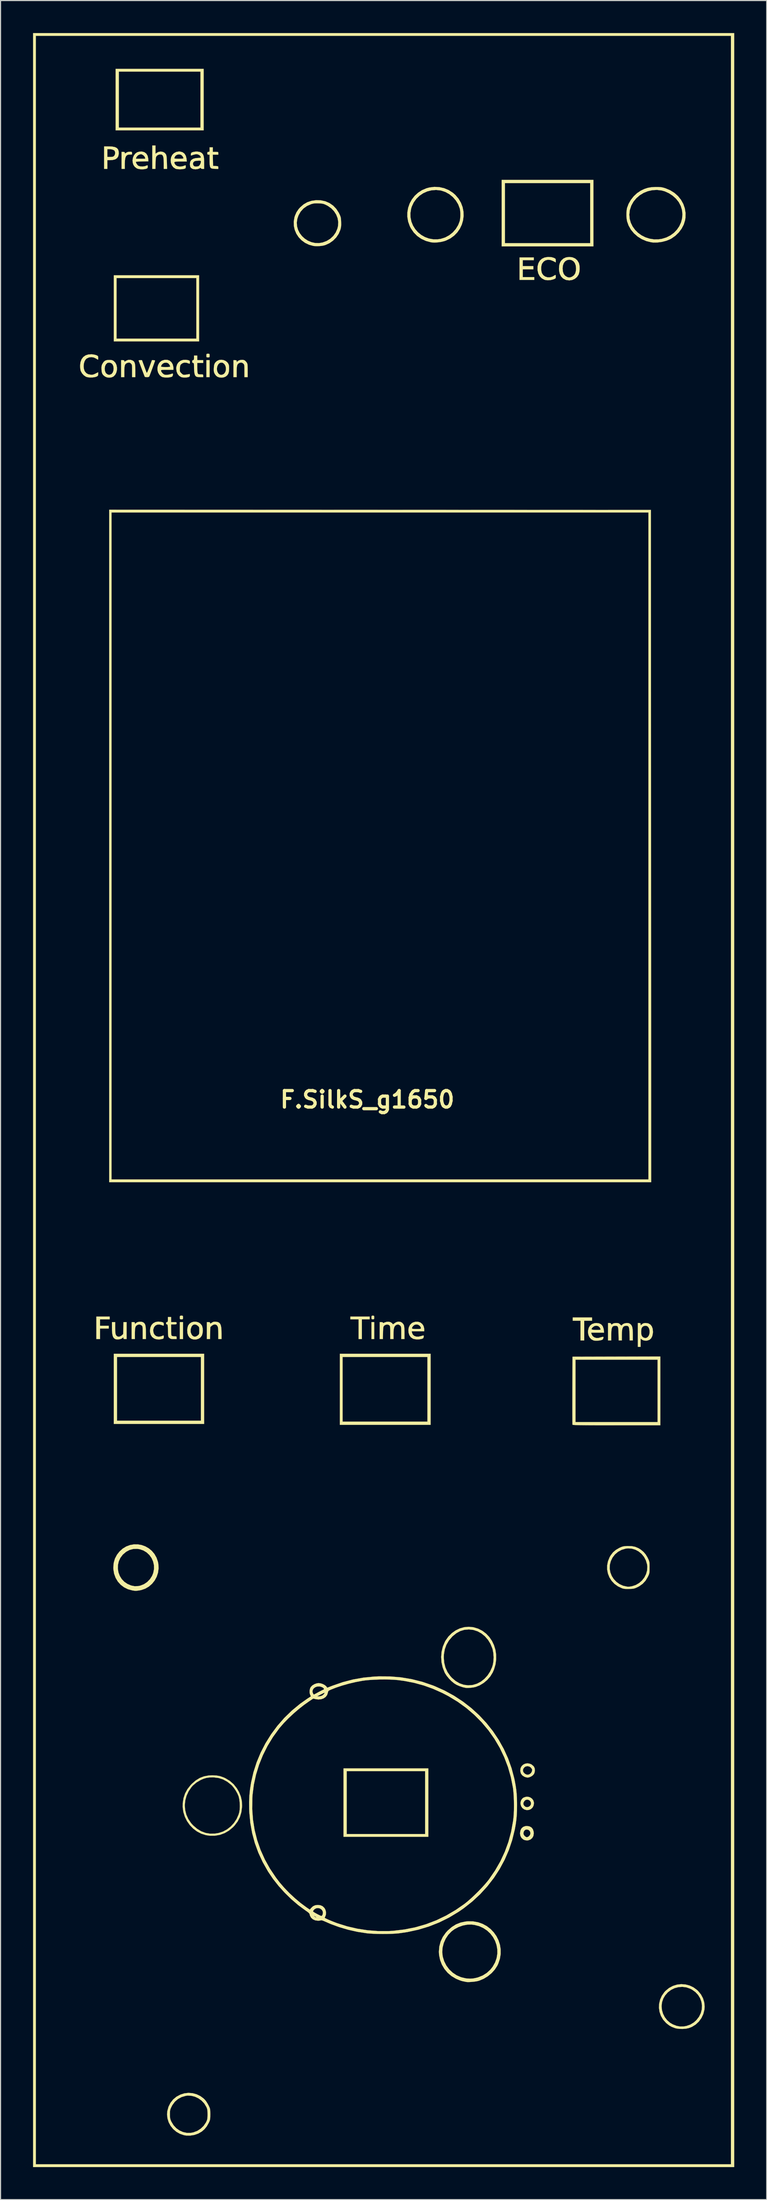
<source format=kicad_pcb>
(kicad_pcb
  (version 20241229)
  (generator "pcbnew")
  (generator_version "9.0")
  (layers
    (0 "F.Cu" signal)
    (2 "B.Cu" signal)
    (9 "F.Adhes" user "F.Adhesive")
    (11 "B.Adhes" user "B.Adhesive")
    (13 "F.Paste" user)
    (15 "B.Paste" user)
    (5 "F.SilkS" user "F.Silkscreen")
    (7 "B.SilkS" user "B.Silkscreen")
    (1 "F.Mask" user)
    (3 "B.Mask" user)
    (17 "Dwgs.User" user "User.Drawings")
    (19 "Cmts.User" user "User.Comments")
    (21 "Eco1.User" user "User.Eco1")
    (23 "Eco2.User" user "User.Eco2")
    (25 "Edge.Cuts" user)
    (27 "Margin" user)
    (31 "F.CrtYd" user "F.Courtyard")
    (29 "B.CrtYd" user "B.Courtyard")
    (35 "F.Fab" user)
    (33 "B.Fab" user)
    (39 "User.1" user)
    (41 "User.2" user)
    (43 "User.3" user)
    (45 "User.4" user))
  (footprint "F.SilkS_g1650"
    (layer "F.Cu")
    (at 30.866 98.43)
    (property "Reference" "F.SilkS_g1650" (at 0 0 0) (layer "F.SilkS") (effects (font (size 1.524 1.524) (thickness 0.3))))
    (attr through_hole)
    (fp_poly (pts (xy -17.018 22.098) (xy -17.314 22.098) (xy -17.314 20.532) (xy -17.018 20.532) (xy -17.018 22.098)) (stroke (width 0.01) (type solid)) (fill yes) (layer "F.SilkS"))
    (fp_poly (pts (xy -14.563 -66.675) (xy -14.859 -66.675) (xy -14.859 -68.241) (xy -14.563 -68.241) (xy -14.563 -66.675)) (stroke (width 0.01) (type solid)) (fill yes) (layer "F.SilkS"))
    (fp_poly (pts (xy 0.635 22.098) (xy 0.381 22.098) (xy 0.381 20.532) (xy 0.635 20.532) (xy 0.635 22.098)) (stroke (width 0.01) (type solid)) (fill yes) (layer "F.SilkS"))
    (fp_poly (pts (xy 0.212 20.278) (xy -0.508 20.278) (xy -0.508 22.098) (xy -0.804 22.098) (xy -0.804 20.278) (xy -1.566 20.278) (xy -1.566 20.024) (xy 0.212 20.024) (xy 0.212 20.278)) (stroke (width 0.01) (type solid)) (fill yes) (layer "F.SilkS"))
    (fp_poly (pts (xy 20.743 20.405) (xy 20.024 20.405) (xy 20.024 22.225) (xy 19.685 22.225) (xy 19.685 20.405) (xy 18.965 20.405) (xy 18.965 20.108) (xy 20.743 20.108) (xy 20.743 20.405)) (stroke (width 0.01) (type solid)) (fill yes) (layer "F.SilkS"))
    (fp_poly (pts (xy -23.791 20.278) (xy -24.68 20.278) (xy -24.68 20.87) (xy -23.876 20.87) (xy -23.876 21.124) (xy -24.68 21.124) (xy -24.68 22.098) (xy -25.019 22.098) (xy -25.019 20.024) (xy -23.791 20.024) (xy -23.791 20.278)) (stroke (width 0.01) (type solid)) (fill yes) (layer "F.SilkS"))
    (fp_poly (pts (xy -15.536 -69.977) (xy -23.41 -69.977) (xy -23.41 -75.819) (xy -23.156 -75.819) (xy -23.156 -70.231) (xy -15.79 -70.231) (xy -15.79 -75.819) (xy -23.156 -75.819) (xy -23.41 -75.819) (xy -23.41 -76.073) (xy -15.536 -76.073) (xy -15.536 -69.977)) (stroke (width 0.01) (type solid)) (fill yes) (layer "F.SilkS"))
    (fp_poly (pts (xy -15.113 -89.45) (xy -23.241 -89.45) (xy -23.241 -94.869) (xy -22.945 -94.869) (xy -22.945 -89.704) (xy -15.409 -89.704) (xy -15.409 -94.869) (xy -22.945 -94.869) (xy -23.241 -94.869) (xy -23.241 -95.123) (xy -15.113 -95.123) (xy -15.113 -89.45)) (stroke (width 0.01) (type solid)) (fill yes) (layer "F.SilkS"))
    (fp_poly (pts (xy -15.071 29.93) (xy -23.41 29.93) (xy -23.41 23.749) (xy -23.114 23.749) (xy -23.114 29.633) (xy -15.367 29.633) (xy -15.367 23.749) (xy -23.114 23.749) (xy -23.41 23.749) (xy -23.41 23.453) (xy -15.071 23.453) (xy -15.071 29.93)) (stroke (width 0.01) (type solid)) (fill yes) (layer "F.SilkS"))
    (fp_poly (pts (xy 5.63 68.03) (xy -2.201 68.03) (xy -2.201 61.976) (xy -1.905 61.976) (xy -1.905 67.776) (xy 5.334 67.776) (xy 5.334 61.976) (xy -1.905 61.976) (xy -2.201 61.976) (xy -2.201 61.722) (xy 5.63 61.722) (xy 5.63 68.03)) (stroke (width 0.01) (type solid)) (fill yes) (layer "F.SilkS"))
    (fp_poly (pts (xy 5.842 30.014) (xy -2.54 30.014) (xy -2.54 23.749) (xy -2.286 23.749) (xy -2.286 29.718) (xy 5.546 29.718) (xy 5.546 23.749) (xy -2.286 23.749) (xy -2.54 23.749) (xy -2.54 23.453) (xy 5.842 23.453) (xy 5.842 30.014)) (stroke (width 0.01) (type solid)) (fill yes) (layer "F.SilkS"))
    (fp_poly (pts (xy 20.87 -78.74) (xy 12.404 -78.74) (xy 12.404 -84.582) (xy 12.7 -84.582) (xy 12.7 -79.036) (xy 20.574 -79.036) (xy 20.574 -84.582) (xy 12.7 -84.582) (xy 12.404 -84.582) (xy 12.404 -84.878) (xy 20.87 -84.878) (xy 20.87 -78.74)) (stroke (width 0.01) (type solid)) (fill yes) (layer "F.SilkS"))
    (fp_poly (pts (xy 26.183 -54.419) (xy 26.204 7.62) (xy -23.834 7.62) (xy -23.834 -54.187) (xy -23.622 -54.187) (xy -23.622 7.366) (xy 25.95 7.366) (xy 25.95 -54.187) (xy -23.622 -54.187) (xy -23.834 -54.187) (xy -23.834 -54.441) (xy 26.183 -54.419)) (stroke (width 0.01) (type solid)) (fill yes) (layer "F.SilkS"))
    (fp_poly (pts (xy 33.867 98.51) (xy -30.861 98.51) (xy -30.861 -98.171) (xy -30.607 -98.171) (xy -30.607 98.256) (xy 33.57 98.256) (xy 33.57 -98.171) (xy -30.607 -98.171) (xy -30.861 -98.171) (xy -30.861 -98.425) (xy 33.867 -98.425) (xy 33.867 98.51)) (stroke (width 0.01) (type solid)) (fill yes) (layer "F.SilkS"))
    (fp_poly (pts (xy 15.367 -77.47) (xy 14.351 -77.47) (xy 14.351 -76.92) (xy 15.325 -76.92) (xy 15.325 -76.623) (xy 14.351 -76.623) (xy 14.351 -75.904) (xy 15.409 -75.904) (xy 15.409 -75.65) (xy 14.055 -75.65) (xy 14.055 -77.724) (xy 15.367 -77.724) (xy 15.367 -77.47)) (stroke (width 0.01) (type solid)) (fill yes) (layer "F.SilkS"))
    (fp_poly (pts (xy -17.071 19.944) (xy -17.029 19.976) (xy -17.018 20.058) (xy -17.018 20.108) (xy -17.022 20.217) (xy -17.05 20.265) (xy -17.122 20.277) (xy -17.166 20.278) (xy -17.261 20.273) (xy -17.303 20.241) (xy -17.314 20.158) (xy -17.314 20.108) (xy -17.31 20) (xy -17.282 19.952) (xy -17.21 19.939) (xy -17.166 19.939) (xy -17.071 19.944)) (stroke (width 0.01) (type solid)) (fill yes) (layer "F.SilkS"))
    (fp_poly (pts (xy -14.616 -68.829) (xy -14.574 -68.797) (xy -14.563 -68.715) (xy -14.563 -68.665) (xy -14.567 -68.556) (xy -14.595 -68.508) (xy -14.667 -68.496) (xy -14.711 -68.495) (xy -14.806 -68.5) (xy -14.848 -68.532) (xy -14.859 -68.615) (xy -14.859 -68.665) (xy -14.855 -68.773) (xy -14.827 -68.821) (xy -14.755 -68.834) (xy -14.711 -68.834) (xy -14.616 -68.829)) (stroke (width 0.01) (type solid)) (fill yes) (layer "F.SilkS"))
    (fp_poly (pts (xy 0.589 19.946) (xy 0.626 19.982) (xy 0.635 20.072) (xy 0.635 20.108) (xy 0.63 20.217) (xy 0.603 20.265) (xy 0.535 20.277) (xy 0.508 20.278) (xy 0.427 20.271) (xy 0.39 20.235) (xy 0.381 20.145) (xy 0.381 20.108) (xy 0.386 20) (xy 0.413 19.951) (xy 0.481 19.939) (xy 0.508 19.939) (xy 0.589 19.946)) (stroke (width 0.01) (type solid)) (fill yes) (layer "F.SilkS"))
    (fp_poly (pts (xy -21.818 -87.477) (xy -21.757 -87.458) (xy -21.733 -87.407) (xy -21.725 -87.347) (xy -21.721 -87.264) (xy -21.746 -87.226) (xy -21.82 -87.218) (xy -21.897 -87.22) (xy -22.065 -87.21) (xy -22.193 -87.158) (xy -22.286 -87.058) (xy -22.347 -86.9) (xy -22.382 -86.676) (xy -22.394 -86.379) (xy -22.394 -86.328) (xy -22.394 -85.894) (xy -22.691 -85.894) (xy -22.691 -87.461) (xy -22.543 -87.461) (xy -22.441 -87.451) (xy -22.399 -87.415) (xy -22.394 -87.375) (xy -22.39 -87.321) (xy -22.365 -87.316) (xy -22.299 -87.36) (xy -22.267 -87.383) (xy -22.104 -87.46) (xy -21.939 -87.479) (xy -21.818 -87.477)) (stroke (width 0.01) (type solid)) (fill yes) (layer "F.SilkS"))
    (fp_poly (pts (xy -23.865 -87.968) (xy -23.548 -87.952) (xy -23.304 -87.903) (xy -23.129 -87.816) (xy -23.015 -87.687) (xy -22.959 -87.511) (xy -22.953 -87.284) (xy -22.954 -87.26) (xy -23.003 -87.045) (xy -23.112 -86.884) (xy -23.284 -86.774) (xy -23.522 -86.714) (xy -23.76 -86.699) (xy -24.003 -86.699) (xy -24.003 -85.894) (xy -24.299 -85.894) (xy -24.299 -87.715) (xy -24.003 -87.715) (xy -24.003 -86.995) (xy -23.741 -86.995) (xy -23.579 -87.002) (xy -23.472 -87.026) (xy -23.394 -87.076) (xy -23.381 -87.087) (xy -23.306 -87.21) (xy -23.281 -87.37) (xy -23.31 -87.522) (xy -23.385 -87.61) (xy -23.523 -87.675) (xy -23.703 -87.711) (xy -23.789 -87.715) (xy -24.003 -87.715) (xy -24.299 -87.715) (xy -24.299 -87.969) (xy -23.865 -87.968)) (stroke (width 0.01) (type solid)) (fill yes) (layer "F.SilkS"))
    (fp_poly (pts (xy -23.283 21.033) (xy -23.279 21.245) (xy -23.269 21.438) (xy -23.253 21.589) (xy -23.237 21.669) (xy -23.153 21.808) (xy -23.03 21.878) (xy -22.884 21.877) (xy -22.729 21.802) (xy -22.681 21.763) (xy -22.543 21.639) (xy -22.529 21.086) (xy -22.515 20.532) (xy -22.225 20.532) (xy -22.225 22.098) (xy -22.373 22.098) (xy -22.474 22.089) (xy -22.516 22.053) (xy -22.521 22.006) (xy -22.521 21.914) (xy -22.627 22.013) (xy -22.744 22.079) (xy -22.907 22.121) (xy -23.082 22.134) (xy -23.234 22.113) (xy -23.262 22.103) (xy -23.375 22.032) (xy -23.46 21.925) (xy -23.519 21.771) (xy -23.557 21.561) (xy -23.576 21.285) (xy -23.579 21.05) (xy -23.58 20.532) (xy -23.283 20.532) (xy -23.283 21.033)) (stroke (width 0.01) (type solid)) (fill yes) (layer "F.SilkS"))
    (fp_poly (pts (xy -19.558 -87.289) (xy -19.437 -87.378) (xy -19.258 -87.467) (xy -19.062 -87.493) (xy -18.871 -87.46) (xy -18.707 -87.371) (xy -18.599 -87.242) (xy -18.566 -87.164) (xy -18.542 -87.06) (xy -18.526 -86.915) (xy -18.514 -86.712) (xy -18.507 -86.498) (xy -18.492 -85.894) (xy -18.796 -85.894) (xy -18.796 -86.404) (xy -18.802 -86.692) (xy -18.821 -86.906) (xy -18.857 -87.057) (xy -18.913 -87.155) (xy -18.991 -87.211) (xy -19.039 -87.225) (xy -19.219 -87.224) (xy -19.385 -87.143) (xy -19.452 -87.08) (xy -19.488 -87.031) (xy -19.513 -86.964) (xy -19.53 -86.865) (xy -19.542 -86.718) (xy -19.55 -86.506) (xy -19.552 -86.44) (xy -19.567 -85.894) (xy -19.854 -85.894) (xy -19.854 -88.053) (xy -19.558 -88.053) (xy -19.558 -87.289)) (stroke (width 0.01) (type solid)) (fill yes) (layer "F.SilkS"))
    (fp_poly (pts (xy 27.051 30.057) (xy 23.007 30.057) (xy 22.305 30.056) (xy 21.683 30.056) (xy 21.137 30.055) (xy 20.663 30.053) (xy 20.257 30.051) (xy 19.915 30.047) (xy 19.632 30.044) (xy 19.404 30.039) (xy 19.227 30.034) (xy 19.096 30.027) (xy 19.008 30.02) (xy 18.958 30.012) (xy 18.942 30.004) (xy 18.939 29.954) (xy 18.937 29.826) (xy 18.934 29.627) (xy 18.933 29.363) (xy 18.931 29.042) (xy 18.931 28.67) (xy 18.93 28.254) (xy 18.931 27.801) (xy 18.932 27.317) (xy 18.933 26.839) (xy 18.943 24.003) (xy 19.219 24.003) (xy 19.219 29.76) (xy 26.797 29.76) (xy 26.797 24.003) (xy 19.219 24.003) (xy 18.943 24.003) (xy 18.944 23.728) (xy 22.998 23.717) (xy 27.051 23.706) (xy 27.051 30.057)) (stroke (width 0.01) (type solid)) (fill yes) (layer "F.SilkS"))
    (fp_poly (pts (xy -13.985 20.499) (xy -13.98 20.5) (xy -13.814 20.528) (xy -13.686 20.589) (xy -13.592 20.691) (xy -13.526 20.843) (xy -13.486 21.055) (xy -13.466 21.335) (xy -13.462 21.588) (xy -13.462 22.098) (xy -13.758 22.098) (xy -13.758 21.596) (xy -13.762 21.385) (xy -13.773 21.192) (xy -13.789 21.041) (xy -13.805 20.96) (xy -13.889 20.822) (xy -14.011 20.752) (xy -14.157 20.753) (xy -14.313 20.828) (xy -14.361 20.867) (xy -14.499 20.99) (xy -14.513 21.544) (xy -14.527 22.098) (xy -14.817 22.098) (xy -14.817 20.532) (xy -14.668 20.532) (xy -14.566 20.541) (xy -14.525 20.578) (xy -14.52 20.615) (xy -14.515 20.662) (xy -14.487 20.667) (xy -14.417 20.627) (xy -14.362 20.59) (xy -14.246 20.523) (xy -14.135 20.496) (xy -13.985 20.499)) (stroke (width 0.01) (type solid)) (fill yes) (layer "F.SilkS"))
    (fp_poly (pts (xy -20.855 20.502) (xy -20.714 20.546) (xy -20.618 20.61) (xy -20.547 20.695) (xy -20.498 20.814) (xy -20.467 20.98) (xy -20.451 21.205) (xy -20.447 21.501) (xy -20.447 22.098) (xy -20.743 22.098) (xy -20.743 21.508) (xy -20.744 21.274) (xy -20.747 21.11) (xy -20.755 21) (xy -20.77 20.93) (xy -20.796 20.884) (xy -20.834 20.848) (xy -20.855 20.831) (xy -20.989 20.757) (xy -21.124 20.756) (xy -21.245 20.804) (xy -21.33 20.861) (xy -21.391 20.942) (xy -21.43 21.059) (xy -21.453 21.226) (xy -21.462 21.457) (xy -21.463 21.592) (xy -21.463 22.098) (xy -21.759 22.098) (xy -21.759 20.532) (xy -21.611 20.532) (xy -21.51 20.54) (xy -21.469 20.577) (xy -21.463 20.624) (xy -21.463 20.716) (xy -21.359 20.618) (xy -21.221 20.537) (xy -21.041 20.498) (xy -20.855 20.502)) (stroke (width 0.01) (type solid)) (fill yes) (layer "F.SilkS"))
    (fp_poly (pts (xy 14.857 64.342) (xy 15.051 64.406) (xy 15.213 64.523) (xy 15.328 64.684) (xy 15.381 64.882) (xy 15.383 64.929) (xy 15.347 65.155) (xy 15.247 65.34) (xy 15.097 65.476) (xy 14.912 65.555) (xy 14.705 65.568) (xy 14.49 65.506) (xy 14.479 65.5) (xy 14.311 65.375) (xy 14.2 65.209) (xy 14.146 65.022) (xy 14.404 65.022) (xy 14.461 65.145) (xy 14.586 65.26) (xy 14.737 65.301) (xy 14.896 65.266) (xy 15.018 65.183) (xy 15.099 65.058) (xy 15.113 64.918) (xy 15.068 64.783) (xy 14.973 64.673) (xy 14.837 64.609) (xy 14.759 64.601) (xy 14.634 64.622) (xy 14.53 64.7) (xy 14.503 64.731) (xy 14.412 64.88) (xy 14.404 65.022) (xy 14.146 65.022) (xy 14.145 65.018) (xy 14.148 64.822) (xy 14.209 64.638) (xy 14.328 64.484) (xy 14.439 64.409) (xy 14.648 64.341) (xy 14.857 64.342)) (stroke (width 0.01) (type solid)) (fill yes) (layer "F.SilkS"))
    (fp_poly (pts (xy 14.967 67.07) (xy 15.152 67.172) (xy 15.282 67.335) (xy 15.354 67.555) (xy 15.367 67.719) (xy 15.33 67.951) (xy 15.226 68.141) (xy 15.065 68.28) (xy 14.859 68.357) (xy 14.732 68.368) (xy 14.543 68.342) (xy 14.404 68.284) (xy 14.232 68.133) (xy 14.129 67.934) (xy 14.097 67.719) (xy 14.1 67.698) (xy 14.409 67.698) (xy 14.415 67.778) (xy 14.472 67.897) (xy 14.571 68.001) (xy 14.684 68.064) (xy 14.732 68.072) (xy 14.816 68.047) (xy 14.914 67.987) (xy 15.019 67.861) (xy 15.057 67.72) (xy 15.036 67.582) (xy 14.964 67.463) (xy 14.85 67.383) (xy 14.701 67.358) (xy 14.627 67.37) (xy 14.521 67.435) (xy 14.443 67.555) (xy 14.409 67.698) (xy 14.1 67.698) (xy 14.13 67.466) (xy 14.224 67.267) (xy 14.376 67.126) (xy 14.58 67.049) (xy 14.732 67.035) (xy 14.967 67.07)) (stroke (width 0.01) (type solid)) (fill yes) (layer "F.SilkS"))
    (fp_poly (pts (xy -21.695 -68.217) (xy -21.597 -68.158) (xy -21.524 -68.08) (xy -21.474 -67.969) (xy -21.443 -67.814) (xy -21.426 -67.601) (xy -21.421 -67.319) (xy -21.421 -67.272) (xy -21.421 -66.675) (xy -21.717 -66.675) (xy -21.717 -67.248) (xy -21.718 -67.48) (xy -21.721 -67.642) (xy -21.731 -67.752) (xy -21.748 -67.824) (xy -21.775 -67.875) (xy -21.815 -67.92) (xy -21.821 -67.926) (xy -21.911 -68.001) (xy -21.998 -68.025) (xy -22.115 -68.003) (xy -22.178 -67.983) (xy -22.276 -67.934) (xy -22.347 -67.861) (xy -22.395 -67.749) (xy -22.423 -67.586) (xy -22.435 -67.359) (xy -22.437 -67.185) (xy -22.437 -66.675) (xy -22.733 -66.675) (xy -22.733 -68.241) (xy -22.585 -68.241) (xy -22.483 -68.232) (xy -22.441 -68.195) (xy -22.437 -68.158) (xy -22.432 -68.11) (xy -22.404 -68.105) (xy -22.334 -68.144) (xy -22.283 -68.179) (xy -22.083 -68.268) (xy -21.871 -68.273) (xy -21.695 -68.217)) (stroke (width 0.01) (type solid)) (fill yes) (layer "F.SilkS"))
    (fp_poly (pts (xy -11.347 -68.232) (xy -11.254 -68.16) (xy -11.16 -68.054) (xy -11.146 -68.033) (xy -11.107 -67.971) (xy -11.081 -67.905) (xy -11.064 -67.819) (xy -11.054 -67.697) (xy -11.05 -67.523) (xy -11.049 -67.283) (xy -11.049 -66.675) (xy -11.345 -66.675) (xy -11.345 -67.248) (xy -11.346 -67.48) (xy -11.35 -67.642) (xy -11.359 -67.752) (xy -11.376 -67.824) (xy -11.404 -67.875) (xy -11.444 -67.92) (xy -11.449 -67.926) (xy -11.574 -68.011) (xy -11.711 -68.02) (xy -11.847 -67.969) (xy -11.932 -67.912) (xy -11.993 -67.831) (xy -12.032 -67.714) (xy -12.055 -67.547) (xy -12.064 -67.316) (xy -12.065 -67.181) (xy -12.065 -66.675) (xy -12.361 -66.675) (xy -12.361 -68.241) (xy -12.213 -68.241) (xy -12.112 -68.233) (xy -12.071 -68.196) (xy -12.065 -68.149) (xy -12.065 -68.057) (xy -11.961 -68.155) (xy -11.831 -68.23) (xy -11.659 -68.27) (xy -11.483 -68.271) (xy -11.347 -68.232)) (stroke (width 0.01) (type solid)) (fill yes) (layer "F.SilkS"))
    (fp_poly (pts (xy -19.039 20.513) (xy -18.955 20.534) (xy -18.851 20.571) (xy -18.806 20.622) (xy -18.796 20.717) (xy -18.796 20.724) (xy -18.797 20.821) (xy -18.815 20.86) (xy -18.872 20.851) (xy -18.98 20.807) (xy -19.205 20.749) (xy -19.407 20.767) (xy -19.574 20.853) (xy -19.696 21) (xy -19.761 21.201) (xy -19.77 21.315) (xy -19.735 21.539) (xy -19.639 21.713) (xy -19.492 21.829) (xy -19.306 21.881) (xy -19.091 21.86) (xy -18.98 21.823) (xy -18.868 21.777) (xy -18.814 21.77) (xy -18.797 21.812) (xy -18.796 21.906) (xy -18.805 22.004) (xy -18.847 22.057) (xy -18.947 22.094) (xy -18.955 22.096) (xy -19.238 22.139) (xy -19.507 22.111) (xy -19.685 22.045) (xy -19.872 21.905) (xy -19.997 21.709) (xy -20.059 21.456) (xy -20.066 21.315) (xy -20.031 21.039) (xy -19.932 20.814) (xy -19.776 20.643) (xy -19.57 20.532) (xy -19.322 20.487) (xy -19.039 20.513)) (stroke (width 0.01) (type solid)) (fill yes) (layer "F.SilkS"))
    (fp_poly (pts (xy -14.266 -87.461) (xy -14.012 -87.461) (xy -13.872 -87.459) (xy -13.796 -87.447) (xy -13.765 -87.416) (xy -13.758 -87.354) (xy -13.758 -87.334) (xy -13.758 -87.207) (xy -14.269 -87.207) (xy -14.257 -86.688) (xy -14.245 -86.169) (xy -14.002 -86.157) (xy -13.865 -86.147) (xy -13.792 -86.13) (xy -13.764 -86.093) (xy -13.758 -86.025) (xy -13.758 -86.019) (xy -13.758 -85.894) (xy -14.023 -85.897) (xy -14.179 -85.904) (xy -14.313 -85.92) (xy -14.38 -85.937) (xy -14.451 -85.978) (xy -14.501 -86.043) (xy -14.534 -86.145) (xy -14.553 -86.298) (xy -14.562 -86.514) (xy -14.563 -86.675) (xy -14.563 -87.207) (xy -14.668 -87.207) (xy -14.744 -87.22) (xy -14.772 -87.278) (xy -14.774 -87.334) (xy -14.763 -87.424) (xy -14.715 -87.458) (xy -14.668 -87.461) (xy -14.606 -87.468) (xy -14.574 -87.503) (xy -14.564 -87.587) (xy -14.563 -87.672) (xy -14.563 -87.884) (xy -14.266 -87.884) (xy -14.266 -87.461)) (stroke (width 0.01) (type solid)) (fill yes) (layer "F.SilkS"))
    (fp_poly (pts (xy -19.648 -68.231) (xy -19.601 -68.205) (xy -19.6 -68.201) (xy -19.614 -68.152) (xy -19.653 -68.04) (xy -19.71 -67.879) (xy -19.781 -67.683) (xy -19.859 -67.468) (xy -19.94 -67.249) (xy -20.018 -67.04) (xy -20.088 -66.858) (xy -20.13 -66.749) (xy -20.178 -66.698) (xy -20.281 -66.677) (xy -20.343 -66.675) (xy -20.46 -66.682) (xy -20.536 -66.701) (xy -20.548 -66.709) (xy -20.569 -66.759) (xy -20.615 -66.874) (xy -20.679 -67.04) (xy -20.757 -67.245) (xy -20.822 -67.419) (xy -20.908 -67.647) (xy -20.984 -67.851) (xy -21.047 -68.016) (xy -21.089 -68.128) (xy -21.104 -68.167) (xy -21.111 -68.215) (xy -21.067 -68.237) (xy -20.97 -68.241) (xy -20.807 -68.24) (xy -20.604 -67.68) (xy -20.529 -67.473) (xy -20.461 -67.293) (xy -20.408 -67.156) (xy -20.375 -67.077) (xy -20.37 -67.067) (xy -20.344 -67.085) (xy -20.295 -67.175) (xy -20.228 -67.329) (xy -20.146 -67.538) (xy -20.112 -67.628) (xy -19.887 -68.241) (xy -19.744 -68.241) (xy -19.648 -68.231)) (stroke (width 0.01) (type solid)) (fill yes) (layer "F.SilkS"))
    (fp_poly (pts (xy -15.706 -68.241) (xy -15.155 -68.241) (xy -15.155 -67.987) (xy -15.706 -67.987) (xy -15.706 -67.567) (xy -15.702 -67.374) (xy -15.691 -67.203) (xy -15.675 -67.078) (xy -15.664 -67.038) (xy -15.632 -66.975) (xy -15.58 -66.942) (xy -15.485 -66.93) (xy -15.389 -66.929) (xy -15.256 -66.927) (xy -15.186 -66.913) (xy -15.16 -66.876) (xy -15.155 -66.805) (xy -15.155 -66.802) (xy -15.155 -66.675) (xy -15.447 -66.675) (xy -15.632 -66.683) (xy -15.755 -66.708) (xy -15.832 -66.751) (xy -15.902 -66.841) (xy -15.952 -66.986) (xy -15.984 -67.195) (xy -15.999 -67.476) (xy -16 -67.596) (xy -16.002 -67.78) (xy -16.009 -67.895) (xy -16.024 -67.957) (xy -16.051 -67.983) (xy -16.087 -67.987) (xy -16.149 -68.007) (xy -16.17 -68.082) (xy -16.171 -68.114) (xy -16.158 -68.207) (xy -16.109 -68.24) (xy -16.087 -68.241) (xy -16.036 -68.252) (xy -16.011 -68.3) (xy -16.002 -68.404) (xy -16.002 -68.453) (xy -16.002 -68.665) (xy -15.706 -68.665) (xy -15.706 -68.241)) (stroke (width 0.01) (type solid)) (fill yes) (layer "F.SilkS"))
    (fp_poly (pts (xy 14.976 61.28) (xy 15.172 61.366) (xy 15.345 61.517) (xy 15.382 61.563) (xy 15.449 61.715) (xy 15.468 61.905) (xy 15.44 62.1) (xy 15.385 62.233) (xy 15.273 62.362) (xy 15.11 62.473) (xy 14.93 62.548) (xy 14.797 62.568) (xy 14.676 62.549) (xy 14.533 62.504) (xy 14.495 62.488) (xy 14.299 62.359) (xy 14.174 62.184) (xy 14.12 61.964) (xy 14.119 61.921) (xy 14.365 61.921) (xy 14.412 62.073) (xy 14.535 62.205) (xy 14.572 62.23) (xy 14.717 62.299) (xy 14.843 62.305) (xy 14.987 62.251) (xy 14.991 62.248) (xy 15.11 62.15) (xy 15.189 62.013) (xy 15.215 61.868) (xy 15.201 61.793) (xy 15.106 61.648) (xy 14.965 61.553) (xy 14.802 61.513) (xy 14.637 61.535) (xy 14.507 61.613) (xy 14.396 61.762) (xy 14.365 61.921) (xy 14.119 61.921) (xy 14.118 61.905) (xy 14.154 61.684) (xy 14.251 61.504) (xy 14.396 61.37) (xy 14.574 61.285) (xy 14.772 61.254) (xy 14.976 61.28)) (stroke (width 0.01) (type solid)) (fill yes) (layer "F.SilkS"))
    (fp_poly (pts (xy -16.542 -68.239) (xy -16.438 -68.202) (xy -16.393 -68.151) (xy -16.383 -68.056) (xy -16.383 -68.044) (xy -16.389 -67.946) (xy -16.415 -67.915) (xy -16.457 -67.925) (xy -16.693 -68.004) (xy -16.888 -68.018) (xy -17.056 -67.967) (xy -17.173 -67.886) (xy -17.236 -67.822) (xy -17.274 -67.749) (xy -17.295 -67.64) (xy -17.307 -67.485) (xy -17.314 -67.327) (xy -17.307 -67.225) (xy -17.279 -67.153) (xy -17.221 -67.082) (xy -17.17 -67.03) (xy -17.073 -66.94) (xy -16.995 -66.898) (xy -16.898 -66.89) (xy -16.795 -66.899) (xy -16.648 -66.918) (xy -16.522 -66.941) (xy -16.478 -66.952) (xy -16.412 -66.962) (xy -16.386 -66.922) (xy -16.383 -66.853) (xy -16.399 -66.757) (xy -16.462 -66.701) (xy -16.516 -66.679) (xy -16.669 -66.647) (xy -16.857 -66.637) (xy -17.042 -66.648) (xy -17.185 -66.679) (xy -17.187 -66.68) (xy -17.378 -66.8) (xy -17.522 -66.98) (xy -17.612 -67.206) (xy -17.642 -67.466) (xy -17.629 -67.631) (xy -17.555 -67.867) (xy -17.419 -68.056) (xy -17.23 -68.192) (xy -17 -68.267) (xy -16.74 -68.276) (xy -16.542 -68.239)) (stroke (width 0.01) (type solid)) (fill yes) (layer "F.SilkS"))
    (fp_poly (pts (xy 17.011 -77.744) (xy 17.219 -77.683) (xy 17.33 -77.627) (xy 17.382 -77.571) (xy 17.398 -77.486) (xy 17.399 -77.432) (xy 17.399 -77.263) (xy 17.162 -77.388) (xy 16.91 -77.484) (xy 16.672 -77.506) (xy 16.456 -77.458) (xy 16.276 -77.342) (xy 16.14 -77.164) (xy 16.093 -77.051) (xy 16.052 -76.841) (xy 16.05 -76.602) (xy 16.086 -76.374) (xy 16.127 -76.254) (xy 16.251 -76.076) (xy 16.425 -75.953) (xy 16.633 -75.888) (xy 16.857 -75.886) (xy 17.083 -75.948) (xy 17.236 -76.035) (xy 17.333 -76.098) (xy 17.381 -76.1) (xy 17.397 -76.032) (xy 17.399 -75.949) (xy 17.395 -75.855) (xy 17.37 -75.796) (xy 17.306 -75.752) (xy 17.183 -75.702) (xy 17.165 -75.695) (xy 16.912 -75.63) (xy 16.648 -75.613) (xy 16.409 -75.646) (xy 16.351 -75.664) (xy 16.109 -75.794) (xy 15.919 -75.988) (xy 15.787 -76.235) (xy 15.719 -76.529) (xy 15.716 -76.567) (xy 15.721 -76.901) (xy 15.793 -77.187) (xy 15.926 -77.421) (xy 16.118 -77.598) (xy 16.364 -77.713) (xy 16.661 -77.764) (xy 16.741 -77.765) (xy 17.011 -77.744)) (stroke (width 0.01) (type solid)) (fill yes) (layer "F.SilkS"))
    (fp_poly (pts (xy 25.194 20.628) (xy 25.227 20.676) (xy 25.231 20.726) (xy 25.231 20.836) (xy 25.361 20.726) (xy 25.468 20.654) (xy 25.59 20.622) (xy 25.711 20.616) (xy 25.941 20.652) (xy 26.125 20.757) (xy 26.261 20.924) (xy 26.343 21.148) (xy 26.369 21.424) (xy 26.362 21.548) (xy 26.308 21.82) (xy 26.203 22.026) (xy 26.047 22.166) (xy 25.843 22.237) (xy 25.718 22.246) (xy 25.543 22.232) (xy 25.412 22.183) (xy 25.361 22.15) (xy 25.231 22.053) (xy 25.231 22.818) (xy 24.977 22.818) (xy 24.977 21.359) (xy 25.281 21.359) (xy 25.284 21.609) (xy 25.334 21.794) (xy 25.431 21.918) (xy 25.48 21.95) (xy 25.643 22.006) (xy 25.787 21.982) (xy 25.908 21.893) (xy 26.009 21.737) (xy 26.061 21.539) (xy 26.063 21.327) (xy 26.015 21.127) (xy 25.917 20.965) (xy 25.906 20.953) (xy 25.781 20.882) (xy 25.628 20.87) (xy 25.48 20.916) (xy 25.399 20.978) (xy 25.337 21.063) (xy 25.301 21.175) (xy 25.282 21.342) (xy 25.281 21.359) (xy 24.977 21.359) (xy 24.977 20.616) (xy 25.104 20.616) (xy 25.194 20.628)) (stroke (width 0.01) (type solid)) (fill yes) (layer "F.SilkS"))
    (fp_poly (pts (xy -23.668 -68.256) (xy -23.547 -68.232) (xy -23.447 -68.182) (xy -23.416 -68.161) (xy -23.264 -68.004) (xy -23.165 -67.8) (xy -23.118 -67.568) (xy -23.122 -67.326) (xy -23.177 -67.094) (xy -23.283 -66.891) (xy -23.439 -66.735) (xy -23.448 -66.728) (xy -23.628 -66.653) (xy -23.839 -66.628) (xy -24.049 -66.655) (xy -24.215 -66.728) (xy -24.367 -66.849) (xy -24.465 -66.979) (xy -24.52 -67.142) (xy -24.544 -67.361) (xy -24.545 -67.387) (xy -24.546 -67.469) (xy -24.252 -67.469) (xy -24.233 -67.268) (xy -24.165 -67.089) (xy -24.103 -67.008) (xy -23.958 -66.909) (xy -23.797 -66.89) (xy -23.637 -66.952) (xy -23.608 -66.974) (xy -23.504 -67.104) (xy -23.442 -67.283) (xy -23.423 -67.485) (xy -23.45 -67.683) (xy -23.523 -67.852) (xy -23.541 -67.877) (xy -23.666 -67.976) (xy -23.822 -68.018) (xy -23.976 -67.995) (xy -24.028 -67.968) (xy -24.147 -67.843) (xy -24.223 -67.668) (xy -24.252 -67.469) (xy -24.546 -67.469) (xy -24.548 -67.572) (xy -24.535 -67.704) (xy -24.501 -67.816) (xy -24.461 -67.9) (xy -24.347 -68.079) (xy -24.217 -68.191) (xy -24.05 -68.248) (xy -23.841 -68.263) (xy -23.668 -68.256)) (stroke (width 0.01) (type solid)) (fill yes) (layer "F.SilkS"))
    (fp_poly (pts (xy -15.612 20.553) (xy -15.432 20.663) (xy -15.293 20.825) (xy -15.253 20.905) (xy -15.205 21.095) (xy -15.192 21.325) (xy -15.214 21.557) (xy -15.27 21.753) (xy -15.28 21.775) (xy -15.407 21.948) (xy -15.588 22.07) (xy -15.803 22.135) (xy -16.033 22.137) (xy -16.238 22.08) (xy -16.411 21.961) (xy -16.537 21.778) (xy -16.612 21.545) (xy -16.619 21.433) (xy -16.314 21.433) (xy -16.298 21.507) (xy -16.216 21.701) (xy -16.099 21.827) (xy -15.959 21.881) (xy -15.804 21.858) (xy -15.653 21.763) (xy -15.583 21.695) (xy -15.542 21.633) (xy -15.522 21.55) (xy -15.516 21.421) (xy -15.515 21.315) (xy -15.517 21.148) (xy -15.528 21.042) (xy -15.556 20.97) (xy -15.608 20.908) (xy -15.653 20.867) (xy -15.812 20.768) (xy -15.969 20.747) (xy -16.11 20.802) (xy -16.221 20.93) (xy -16.229 20.946) (xy -16.314 21.19) (xy -16.314 21.433) (xy -16.619 21.433) (xy -16.63 21.272) (xy -16.625 21.205) (xy -16.601 21.045) (xy -16.561 20.899) (xy -16.536 20.838) (xy -16.405 20.667) (xy -16.23 20.554) (xy -16.028 20.498) (xy -15.817 20.498) (xy -15.612 20.553)) (stroke (width 0.01) (type solid)) (fill yes) (layer "F.SilkS"))
    (fp_poly (pts (xy -18.119 20.532) (xy -17.865 20.532) (xy -17.724 20.534) (xy -17.648 20.546) (xy -17.617 20.577) (xy -17.611 20.634) (xy -17.611 20.637) (xy -17.616 20.696) (xy -17.645 20.728) (xy -17.719 20.741) (xy -17.856 20.743) (xy -17.865 20.743) (xy -18.119 20.743) (xy -18.119 21.243) (xy -18.114 21.505) (xy -18.1 21.685) (xy -18.076 21.781) (xy -18.068 21.793) (xy -17.998 21.823) (xy -17.878 21.842) (xy -17.814 21.844) (xy -17.692 21.847) (xy -17.632 21.866) (xy -17.612 21.914) (xy -17.611 21.971) (xy -17.611 22.098) (xy -17.883 22.098) (xy -18.047 22.092) (xy -18.156 22.07) (xy -18.242 22.023) (xy -18.275 21.996) (xy -18.323 21.953) (xy -18.356 21.908) (xy -18.378 21.846) (xy -18.391 21.752) (xy -18.4 21.609) (xy -18.406 21.403) (xy -18.408 21.319) (xy -18.414 21.088) (xy -18.422 20.928) (xy -18.432 20.827) (xy -18.449 20.772) (xy -18.473 20.748) (xy -18.503 20.743) (xy -18.567 20.717) (xy -18.584 20.637) (xy -18.564 20.555) (xy -18.5 20.532) (xy -18.451 20.522) (xy -18.425 20.478) (xy -18.416 20.381) (xy -18.415 20.299) (xy -18.415 20.066) (xy -18.119 20.066) (xy -18.119 20.532)) (stroke (width 0.01) (type solid)) (fill yes) (layer "F.SilkS"))
    (fp_poly (pts (xy -13.267 -68.246) (xy -13.068 -68.157) (xy -12.909 -68.018) (xy -12.878 -67.975) (xy -12.819 -67.876) (xy -12.784 -67.78) (xy -12.768 -67.659) (xy -12.764 -67.485) (xy -12.764 -67.461) (xy -12.779 -67.203) (xy -12.832 -67.007) (xy -12.93 -66.854) (xy -13.079 -66.728) (xy -13.249 -66.657) (xy -13.456 -66.631) (xy -13.669 -66.65) (xy -13.843 -66.711) (xy -13.969 -66.812) (xy -14.079 -66.959) (xy -14.088 -66.976) (xy -14.14 -67.085) (xy -14.168 -67.19) (xy -14.178 -67.322) (xy -14.174 -67.496) (xy -13.887 -67.496) (xy -13.881 -67.311) (xy -13.829 -67.135) (xy -13.728 -66.983) (xy -13.718 -66.973) (xy -13.587 -66.897) (xy -13.434 -66.889) (xy -13.282 -66.948) (xy -13.21 -67.005) (xy -13.106 -67.159) (xy -13.056 -67.343) (xy -13.057 -67.537) (xy -13.104 -67.722) (xy -13.195 -67.877) (xy -13.326 -67.985) (xy -13.401 -68.013) (xy -13.551 -68.014) (xy -13.68 -67.948) (xy -13.782 -67.829) (xy -13.853 -67.673) (xy -13.887 -67.496) (xy -14.174 -67.496) (xy -14.174 -67.508) (xy -14.155 -67.733) (xy -14.112 -67.899) (xy -14.033 -68.028) (xy -13.909 -68.144) (xy -13.877 -68.169) (xy -13.694 -68.256) (xy -13.483 -68.28) (xy -13.267 -68.246)) (stroke (width 0.01) (type solid)) (fill yes) (layer "F.SilkS"))
    (fp_poly (pts (xy 18.941 -77.729) (xy 19.184 -77.624) (xy 19.379 -77.455) (xy 19.517 -77.231) (xy 19.552 -77.135) (xy 19.595 -76.902) (xy 19.601 -76.639) (xy 19.573 -76.381) (xy 19.512 -76.161) (xy 19.499 -76.132) (xy 19.353 -75.913) (xy 19.152 -75.748) (xy 18.913 -75.642) (xy 18.651 -75.603) (xy 18.381 -75.636) (xy 18.309 -75.658) (xy 18.071 -75.783) (xy 17.889 -75.97) (xy 17.765 -76.213) (xy 17.703 -76.508) (xy 17.696 -76.661) (xy 17.698 -76.713) (xy 18.027 -76.713) (xy 18.052 -76.425) (xy 18.128 -76.201) (xy 18.258 -76.034) (xy 18.436 -75.921) (xy 18.577 -75.873) (xy 18.704 -75.873) (xy 18.852 -75.923) (xy 18.907 -75.949) (xy 19.082 -76.076) (xy 19.2 -76.263) (xy 19.261 -76.512) (xy 19.272 -76.706) (xy 19.241 -76.984) (xy 19.156 -77.21) (xy 19.023 -77.378) (xy 18.845 -77.48) (xy 18.648 -77.512) (xy 18.434 -77.474) (xy 18.26 -77.366) (xy 18.131 -77.194) (xy 18.051 -76.966) (xy 18.027 -76.713) (xy 17.698 -76.713) (xy 17.709 -76.939) (xy 17.756 -77.158) (xy 17.84 -77.341) (xy 17.921 -77.452) (xy 18.111 -77.623) (xy 18.345 -77.727) (xy 18.631 -77.765) (xy 18.66 -77.765) (xy 18.941 -77.729)) (stroke (width 0.01) (type solid)) (fill yes) (layer "F.SilkS"))
    (fp_poly (pts (xy -25.41 -68.781) (xy -25.241 -68.756) (xy -25.079 -68.717) (xy -25.008 -68.693) (xy -24.906 -68.642) (xy -24.861 -68.582) (xy -24.85 -68.478) (xy -24.85 -68.455) (xy -24.854 -68.348) (xy -24.864 -68.288) (xy -24.869 -68.284) (xy -24.913 -68.305) (xy -24.999 -68.36) (xy -25.039 -68.386) (xy -25.25 -68.486) (xy -25.478 -68.522) (xy -25.702 -68.494) (xy -25.9 -68.404) (xy -25.996 -68.322) (xy -26.103 -68.154) (xy -26.17 -67.936) (xy -26.195 -67.695) (xy -26.175 -67.458) (xy -26.109 -67.251) (xy -26.089 -67.215) (xy -25.956 -67.049) (xy -25.782 -66.947) (xy -25.567 -66.902) (xy -25.421 -66.895) (xy -25.302 -66.913) (xy -25.169 -66.966) (xy -25.093 -67.003) (xy -24.85 -67.128) (xy -24.85 -66.966) (xy -24.861 -66.851) (xy -24.909 -66.78) (xy -24.987 -66.732) (xy -25.148 -66.678) (xy -25.358 -66.648) (xy -25.585 -66.641) (xy -25.797 -66.66) (xy -25.963 -66.705) (xy -25.972 -66.709) (xy -26.171 -66.842) (xy -26.342 -67.028) (xy -26.458 -67.239) (xy -26.464 -67.253) (xy -26.492 -67.379) (xy -26.512 -67.551) (xy -26.52 -67.733) (xy -26.485 -68.051) (xy -26.386 -68.319) (xy -26.228 -68.531) (xy -26.015 -68.682) (xy -25.754 -68.768) (xy -25.449 -68.784) (xy -25.41 -68.781)) (stroke (width 0.01) (type solid)) (fill yes) (layer "F.SilkS"))
    (fp_poly (pts (xy -20.577 -87.428) (xy -20.407 -87.297) (xy -20.29 -87.103) (xy -20.232 -86.849) (xy -20.228 -86.805) (xy -20.214 -86.593) (xy -20.796 -86.581) (xy -21.007 -86.575) (xy -21.184 -86.568) (xy -21.312 -86.559) (xy -21.374 -86.551) (xy -21.378 -86.548) (xy -21.349 -86.442) (xy -21.277 -86.319) (xy -21.186 -86.213) (xy -21.13 -86.172) (xy -20.958 -86.12) (xy -20.751 -86.11) (xy -20.544 -86.141) (xy -20.462 -86.169) (xy -20.35 -86.215) (xy -20.296 -86.222) (xy -20.279 -86.182) (xy -20.278 -86.092) (xy -20.287 -85.997) (xy -20.33 -85.944) (xy -20.43 -85.904) (xy -20.441 -85.901) (xy -20.687 -85.856) (xy -20.944 -85.857) (xy -21.178 -85.902) (xy -21.295 -85.949) (xy -21.473 -86.086) (xy -21.595 -86.265) (xy -21.662 -86.474) (xy -21.677 -86.696) (xy -21.657 -86.826) (xy -21.374 -86.826) (xy -20.501 -86.826) (xy -20.521 -86.932) (xy -20.579 -87.05) (xy -20.689 -87.158) (xy -20.82 -87.232) (xy -20.905 -87.249) (xy -21.062 -87.213) (xy -21.208 -87.122) (xy -21.311 -86.996) (xy -21.328 -86.957) (xy -21.374 -86.826) (xy -21.657 -86.826) (xy -21.642 -86.916) (xy -21.56 -87.12) (xy -21.433 -87.293) (xy -21.262 -87.42) (xy -21.065 -87.483) (xy -20.798 -87.491) (xy -20.577 -87.428)) (stroke (width 0.01) (type solid)) (fill yes) (layer "F.SilkS"))
    (fp_poly (pts (xy 21.394 20.648) (xy 21.586 20.743) (xy 21.724 20.902) (xy 21.808 21.127) (xy 21.832 21.274) (xy 21.856 21.505) (xy 20.665 21.505) (xy 20.703 21.643) (xy 20.791 21.813) (xy 20.937 21.933) (xy 21.125 21.995) (xy 21.342 21.993) (xy 21.432 21.973) (xy 21.609 21.924) (xy 21.719 21.897) (xy 21.777 21.896) (xy 21.799 21.919) (xy 21.798 21.968) (xy 21.794 21.997) (xy 21.745 22.116) (xy 21.666 22.173) (xy 21.532 22.214) (xy 21.349 22.24) (xy 21.151 22.249) (xy 20.974 22.241) (xy 20.881 22.223) (xy 20.686 22.121) (xy 20.53 21.956) (xy 20.423 21.744) (xy 20.373 21.502) (xy 20.377 21.324) (xy 20.416 21.167) (xy 20.696 21.167) (xy 20.722 21.213) (xy 20.817 21.239) (xy 20.987 21.25) (xy 21.127 21.251) (xy 21.32 21.251) (xy 21.442 21.246) (xy 21.509 21.235) (xy 21.533 21.213) (xy 21.531 21.177) (xy 21.524 21.156) (xy 21.439 21) (xy 21.307 20.901) (xy 21.148 20.863) (xy 20.982 20.891) (xy 20.83 20.989) (xy 20.825 20.994) (xy 20.732 21.096) (xy 20.696 21.167) (xy 20.416 21.167) (xy 20.443 21.059) (xy 20.567 20.853) (xy 20.747 20.708) (xy 20.979 20.63) (xy 21.146 20.616) (xy 21.394 20.648)) (stroke (width 0.01) (type solid)) (fill yes) (layer "F.SilkS"))
    (fp_poly (pts (xy 4.683 20.501) (xy 4.89 20.57) (xy 5.061 20.7) (xy 5.183 20.881) (xy 5.244 21.108) (xy 5.249 21.201) (xy 5.249 21.378) (xy 4.096 21.378) (xy 4.123 21.516) (xy 4.196 21.686) (xy 4.328 21.806) (xy 4.509 21.87) (xy 4.728 21.877) (xy 4.949 21.828) (xy 5.091 21.783) (xy 5.169 21.767) (xy 5.201 21.786) (xy 5.204 21.845) (xy 5.199 21.896) (xy 5.179 21.988) (xy 5.125 22.042) (xy 5.016 22.083) (xy 4.779 22.128) (xy 4.53 22.131) (xy 4.303 22.094) (xy 4.208 22.06) (xy 4.019 21.934) (xy 3.886 21.749) (xy 3.809 21.518) (xy 3.787 21.254) (xy 3.814 21.106) (xy 4.115 21.106) (xy 4.15 21.142) (xy 4.243 21.16) (xy 4.403 21.166) (xy 4.53 21.167) (xy 4.722 21.166) (xy 4.845 21.16) (xy 4.915 21.147) (xy 4.945 21.124) (xy 4.953 21.087) (xy 4.953 21.079) (xy 4.924 20.994) (xy 4.853 20.893) (xy 4.829 20.867) (xy 4.678 20.769) (xy 4.511 20.744) (xy 4.349 20.789) (xy 4.213 20.902) (xy 4.177 20.955) (xy 4.128 21.046) (xy 4.115 21.106) (xy 3.814 21.106) (xy 3.832 21.008) (xy 3.938 20.797) (xy 4.098 20.634) (xy 4.208 20.57) (xy 4.452 20.498) (xy 4.683 20.501)) (stroke (width 0.01) (type solid)) (fill yes) (layer "F.SilkS"))
    (fp_poly (pts (xy -17.289 -87.492) (xy -17.062 -87.43) (xy -16.887 -87.301) (xy -16.764 -87.107) (xy -16.697 -86.851) (xy -16.692 -86.806) (xy -16.667 -86.572) (xy -17.245 -86.572) (xy -17.488 -86.571) (xy -17.656 -86.565) (xy -17.761 -86.549) (xy -17.813 -86.519) (xy -17.822 -86.47) (xy -17.798 -86.398) (xy -17.772 -86.338) (xy -17.674 -86.219) (xy -17.52 -86.14) (xy -17.329 -86.105) (xy -17.121 -86.119) (xy -16.948 -86.169) (xy -16.836 -86.215) (xy -16.782 -86.222) (xy -16.765 -86.18) (xy -16.764 -86.087) (xy -16.773 -85.989) (xy -16.815 -85.936) (xy -16.915 -85.899) (xy -16.923 -85.897) (xy -17.097 -85.866) (xy -17.301 -85.855) (xy -17.502 -85.865) (xy -17.666 -85.894) (xy -17.716 -85.912) (xy -17.908 -86.041) (xy -18.049 -86.227) (xy -18.133 -86.455) (xy -18.156 -86.711) (xy -18.131 -86.87) (xy -17.822 -86.87) (xy -17.781 -86.848) (xy -17.663 -86.833) (xy -17.475 -86.826) (xy -17.399 -86.826) (xy -17.189 -86.83) (xy -17.047 -86.842) (xy -16.98 -86.862) (xy -16.976 -86.87) (xy -17.009 -86.984) (xy -17.092 -87.102) (xy -17.2 -87.192) (xy -17.23 -87.207) (xy -17.394 -87.236) (xy -17.56 -87.204) (xy -17.697 -87.119) (xy -17.759 -87.038) (xy -17.803 -86.939) (xy -17.822 -86.871) (xy -17.822 -86.87) (xy -18.131 -86.87) (xy -18.117 -86.962) (xy -18.016 -87.176) (xy -17.855 -87.342) (xy -17.647 -87.453) (xy -17.408 -87.497) (xy -17.289 -87.492)) (stroke (width 0.01) (type solid)) (fill yes) (layer "F.SilkS"))
    (fp_poly (pts (xy 3.038 20.504) (xy 3.204 20.588) (xy 3.334 20.738) (xy 3.371 20.813) (xy 3.4 20.93) (xy 3.419 21.12) (xy 3.428 21.386) (xy 3.429 21.525) (xy 3.429 22.098) (xy 3.133 22.098) (xy 3.133 21.525) (xy 3.132 21.293) (xy 3.128 21.131) (xy 3.119 21.021) (xy 3.102 20.949) (xy 3.074 20.898) (xy 3.034 20.853) (xy 3.029 20.847) (xy 2.894 20.76) (xy 2.75 20.757) (xy 2.611 20.83) (xy 2.529 20.918) (xy 2.472 21.042) (xy 2.435 21.215) (xy 2.417 21.449) (xy 2.413 21.664) (xy 2.413 22.098) (xy 2.117 22.098) (xy 2.117 21.505) (xy 2.116 21.268) (xy 2.112 21.1) (xy 2.102 20.986) (xy 2.086 20.912) (xy 2.06 20.861) (xy 2.027 20.823) (xy 1.911 20.762) (xy 1.767 20.759) (xy 1.622 20.812) (xy 1.548 20.87) (xy 1.512 20.914) (xy 1.487 20.972) (xy 1.47 21.059) (xy 1.458 21.191) (xy 1.45 21.384) (xy 1.447 21.528) (xy 1.433 22.098) (xy 1.143 22.098) (xy 1.143 20.532) (xy 1.291 20.532) (xy 1.404 20.547) (xy 1.439 20.591) (xy 1.455 20.621) (xy 1.513 20.609) (xy 1.596 20.569) (xy 1.784 20.508) (xy 1.976 20.5) (xy 2.149 20.544) (xy 2.282 20.635) (xy 2.323 20.69) (xy 2.357 20.736) (xy 2.399 20.728) (xy 2.463 20.674) (xy 2.653 20.545) (xy 2.849 20.489) (xy 3.038 20.504)) (stroke (width 0.01) (type solid)) (fill yes) (layer "F.SilkS"))
    (fp_poly (pts (xy 22.461 20.635) (xy 22.508 20.698) (xy 22.509 20.7) (xy 22.528 20.755) (xy 22.559 20.758) (xy 22.628 20.708) (xy 22.638 20.7) (xy 22.752 20.641) (xy 22.913 20.618) (xy 22.975 20.616) (xy 23.12 20.623) (xy 23.218 20.652) (xy 23.304 20.716) (xy 23.336 20.747) (xy 23.42 20.824) (xy 23.469 20.845) (xy 23.501 20.815) (xy 23.504 20.81) (xy 23.598 20.718) (xy 23.749 20.651) (xy 23.931 20.618) (xy 23.979 20.616) (xy 24.132 20.632) (xy 24.25 20.691) (xy 24.301 20.733) (xy 24.378 20.817) (xy 24.434 20.921) (xy 24.473 21.058) (xy 24.496 21.243) (xy 24.508 21.488) (xy 24.51 21.706) (xy 24.511 22.225) (xy 24.221 22.225) (xy 24.207 21.637) (xy 24.197 21.361) (xy 24.179 21.159) (xy 24.147 21.02) (xy 24.099 20.933) (xy 24.03 20.887) (xy 23.936 20.871) (xy 23.909 20.87) (xy 23.764 20.888) (xy 23.656 20.947) (xy 23.578 21.055) (xy 23.529 21.222) (xy 23.502 21.455) (xy 23.495 21.737) (xy 23.495 22.225) (xy 23.205 22.225) (xy 23.191 21.608) (xy 23.183 21.341) (xy 23.169 21.147) (xy 23.145 21.015) (xy 23.105 20.933) (xy 23.044 20.89) (xy 22.959 20.873) (xy 22.884 20.872) (xy 22.755 20.887) (xy 22.66 20.938) (xy 22.593 21.033) (xy 22.551 21.182) (xy 22.528 21.395) (xy 22.521 21.682) (xy 22.521 21.693) (xy 22.521 22.225) (xy 22.225 22.225) (xy 22.225 20.616) (xy 22.356 20.616) (xy 22.461 20.635)) (stroke (width 0.01) (type solid)) (fill yes) (layer "F.SilkS"))
    (fp_poly (pts (xy -18.469 -68.272) (xy -18.263 -68.198) (xy -18.095 -68.06) (xy -17.974 -67.866) (xy -17.913 -67.624) (xy -17.907 -67.515) (xy -17.907 -67.352) (xy -18.479 -67.352) (xy -18.708 -67.352) (xy -18.866 -67.349) (xy -18.966 -67.341) (xy -19.021 -67.327) (xy -19.045 -67.303) (xy -19.05 -67.269) (xy -19.05 -67.263) (xy -19.021 -67.182) (xy -18.949 -67.077) (xy -18.906 -67.031) (xy -18.803 -66.94) (xy -18.706 -66.898) (xy -18.573 -66.887) (xy -18.552 -66.887) (xy -18.381 -66.901) (xy -18.208 -66.936) (xy -18.161 -66.95) (xy -18.035 -66.994) (xy -17.971 -67.005) (xy -17.951 -66.977) (xy -17.955 -66.903) (xy -17.957 -66.876) (xy -17.981 -66.776) (xy -18.046 -66.717) (xy -18.119 -66.688) (xy -18.275 -66.654) (xy -18.472 -66.639) (xy -18.675 -66.643) (xy -18.852 -66.665) (xy -18.946 -66.692) (xy -19.06 -66.763) (xy -19.173 -66.865) (xy -19.188 -66.882) (xy -19.314 -67.089) (xy -19.376 -67.32) (xy -19.377 -67.559) (xy -19.354 -67.651) (xy -19.05 -67.651) (xy -19.009 -67.629) (xy -18.891 -67.614) (xy -18.703 -67.607) (xy -18.627 -67.606) (xy -18.419 -67.61) (xy -18.286 -67.62) (xy -18.218 -67.639) (xy -18.203 -67.659) (xy -18.224 -67.728) (xy -18.275 -67.829) (xy -18.285 -67.846) (xy -18.403 -67.966) (xy -18.563 -68.016) (xy -18.754 -67.994) (xy -18.775 -67.987) (xy -18.9 -67.914) (xy -18.999 -67.8) (xy -19.048 -67.675) (xy -19.05 -67.651) (xy -19.354 -67.651) (xy -19.32 -67.788) (xy -19.21 -67.99) (xy -19.048 -68.147) (xy -18.948 -68.203) (xy -18.701 -68.276) (xy -18.469 -68.272)) (stroke (width 0.01) (type solid)) (fill yes) (layer "F.SilkS"))
    (fp_poly (pts (xy -15.475 -87.455) (xy -15.333 -87.391) (xy -15.234 -87.304) (xy -15.163 -87.204) (xy -15.115 -87.074) (xy -15.086 -86.9) (xy -15.073 -86.667) (xy -15.071 -86.455) (xy -15.071 -85.894) (xy -15.219 -85.894) (xy -15.329 -85.908) (xy -15.367 -85.953) (xy -15.367 -85.957) (xy -15.38 -85.991) (xy -15.43 -85.979) (xy -15.505 -85.936) (xy -15.667 -85.875) (xy -15.866 -85.854) (xy -16.06 -85.875) (xy -16.181 -85.918) (xy -16.292 -86.001) (xy -16.356 -86.114) (xy -16.381 -86.279) (xy -16.383 -86.337) (xy -16.102 -86.337) (xy -16.054 -86.206) (xy -15.985 -86.138) (xy -15.895 -86.112) (xy -15.765 -86.109) (xy -15.637 -86.128) (xy -15.576 -86.15) (xy -15.483 -86.237) (xy -15.407 -86.371) (xy -15.369 -86.517) (xy -15.367 -86.548) (xy -15.373 -86.611) (xy -15.405 -86.643) (xy -15.484 -86.653) (xy -15.589 -86.652) (xy -15.797 -86.639) (xy -15.938 -86.606) (xy -16.029 -86.547) (xy -16.078 -86.475) (xy -16.102 -86.337) (xy -16.383 -86.337) (xy -16.383 -86.357) (xy -16.35 -86.558) (xy -16.25 -86.714) (xy -16.082 -86.823) (xy -15.843 -86.889) (xy -15.533 -86.91) (xy -15.531 -86.91) (xy -15.427 -86.919) (xy -15.37 -86.941) (xy -15.367 -86.949) (xy -15.406 -87.07) (xy -15.509 -87.169) (xy -15.656 -87.233) (xy -15.783 -87.249) (xy -15.902 -87.235) (xy -16.047 -87.199) (xy -16.087 -87.186) (xy -16.213 -87.142) (xy -16.276 -87.131) (xy -16.297 -87.158) (xy -16.293 -87.232) (xy -16.29 -87.258) (xy -16.273 -87.345) (xy -16.225 -87.398) (xy -16.123 -87.44) (xy -16.087 -87.451) (xy -15.882 -87.488) (xy -15.669 -87.489) (xy -15.475 -87.455)) (stroke (width 0.01) (type solid)) (fill yes) (layer "F.SilkS"))
    (fp_poly (pts (xy -21.186 41.047) (xy -20.831 41.111) (xy -20.491 41.236) (xy -20.176 41.417) (xy -19.894 41.653) (xy -19.654 41.94) (xy -19.465 42.276) (xy -19.335 42.657) (xy -19.296 42.852) (xy -19.274 43.261) (xy -19.327 43.658) (xy -19.449 44.032) (xy -19.634 44.376) (xy -19.876 44.679) (xy -20.167 44.934) (xy -20.502 45.13) (xy -20.874 45.26) (xy -21.061 45.296) (xy -21.232 45.319) (xy -21.352 45.33) (xy -21.453 45.328) (xy -21.568 45.314) (xy -21.696 45.294) (xy -22.099 45.185) (xy -22.461 45.007) (xy -22.777 44.767) (xy -23.04 44.472) (xy -23.243 44.129) (xy -23.381 43.747) (xy -23.448 43.333) (xy -23.449 43.292) (xy -23.036 43.292) (xy -22.98 43.631) (xy -22.86 43.954) (xy -22.679 44.247) (xy -22.437 44.501) (xy -22.149 44.696) (xy -21.813 44.841) (xy -21.489 44.906) (xy -21.161 44.896) (xy -20.959 44.854) (xy -20.624 44.722) (xy -20.324 44.52) (xy -20.07 44.259) (xy -19.872 43.95) (xy -19.765 43.681) (xy -19.695 43.319) (xy -19.702 42.962) (xy -19.78 42.622) (xy -19.922 42.307) (xy -20.121 42.027) (xy -20.372 41.792) (xy -20.668 41.612) (xy -21.002 41.495) (xy -21.239 41.458) (xy -21.605 41.468) (xy -21.952 41.559) (xy -22.273 41.73) (xy -22.564 41.978) (xy -22.583 41.997) (xy -22.802 42.288) (xy -22.949 42.609) (xy -23.026 42.947) (xy -23.036 43.292) (xy -23.449 43.292) (xy -23.453 43.179) (xy -23.416 42.752) (xy -23.305 42.363) (xy -23.117 42.005) (xy -22.891 41.716) (xy -22.589 41.44) (xy -22.258 41.239) (xy -21.908 41.108) (xy -21.548 41.045) (xy -21.186 41.047)) (stroke (width 0.01) (type solid)) (fill yes) (layer "F.SilkS"))
    (fp_poly (pts (xy 29.36 81.658) (xy 29.742 81.756) (xy 30.104 81.926) (xy 30.437 82.168) (xy 30.54 82.265) (xy 30.8 82.581) (xy 30.989 82.935) (xy 31.105 83.314) (xy 31.142 83.707) (xy 31.12 83.989) (xy 31.017 84.391) (xy 30.844 84.759) (xy 30.608 85.083) (xy 30.317 85.356) (xy 29.978 85.567) (xy 29.688 85.682) (xy 29.42 85.74) (xy 29.115 85.765) (xy 28.805 85.758) (xy 28.524 85.719) (xy 28.406 85.688) (xy 28.115 85.577) (xy 27.871 85.441) (xy 27.637 85.259) (xy 27.569 85.198) (xy 27.302 84.897) (xy 27.106 84.559) (xy 26.98 84.196) (xy 26.925 83.818) (xy 26.933 83.653) (xy 27.168 83.653) (xy 27.199 84.01) (xy 27.297 84.355) (xy 27.459 84.676) (xy 27.679 84.962) (xy 27.953 85.2) (xy 28.208 85.347) (xy 28.552 85.48) (xy 28.876 85.542) (xy 29.204 85.536) (xy 29.461 85.49) (xy 29.825 85.363) (xy 30.152 85.162) (xy 30.384 84.95) (xy 30.625 84.64) (xy 30.789 84.306) (xy 30.88 83.958) (xy 30.898 83.607) (xy 30.846 83.262) (xy 30.726 82.932) (xy 30.539 82.627) (xy 30.287 82.358) (xy 29.972 82.134) (xy 29.827 82.058) (xy 29.464 81.93) (xy 29.092 81.88) (xy 28.723 81.905) (xy 28.367 82) (xy 28.037 82.162) (xy 27.742 82.387) (xy 27.493 82.671) (xy 27.327 82.954) (xy 27.209 83.297) (xy 27.168 83.653) (xy 26.933 83.653) (xy 26.942 83.437) (xy 27.03 83.061) (xy 27.189 82.704) (xy 27.419 82.374) (xy 27.534 82.25) (xy 27.853 81.987) (xy 28.206 81.797) (xy 28.581 81.679) (xy 28.97 81.632) (xy 29.36 81.658)) (stroke (width 0.01) (type solid)) (fill yes) (layer "F.SilkS"))
    (fp_poly (pts (xy 6.652 -84.21) (xy 7.095 -84.109) (xy 7.513 -83.934) (xy 7.895 -83.689) (xy 8.126 -83.488) (xy 8.421 -83.141) (xy 8.642 -82.766) (xy 8.792 -82.37) (xy 8.873 -81.961) (xy 8.887 -81.549) (xy 8.835 -81.142) (xy 8.72 -80.749) (xy 8.544 -80.378) (xy 8.308 -80.037) (xy 8.016 -79.736) (xy 7.669 -79.482) (xy 7.269 -79.285) (xy 7.103 -79.226) (xy 6.816 -79.156) (xy 6.503 -79.111) (xy 6.196 -79.095) (xy 5.926 -79.111) (xy 5.874 -79.12) (xy 5.408 -79.245) (xy 4.984 -79.44) (xy 4.608 -79.701) (xy 4.286 -80.025) (xy 4.022 -80.407) (xy 3.919 -80.608) (xy 3.767 -81.032) (xy 3.694 -81.462) (xy 3.696 -81.815) (xy 3.976 -81.815) (xy 3.986 -81.41) (xy 4.067 -81.024) (xy 4.213 -80.663) (xy 4.418 -80.334) (xy 4.674 -80.042) (xy 4.976 -79.796) (xy 5.316 -79.602) (xy 5.688 -79.465) (xy 6.086 -79.394) (xy 6.503 -79.395) (xy 6.784 -79.437) (xy 7.186 -79.564) (xy 7.557 -79.764) (xy 7.888 -80.028) (xy 8.168 -80.347) (xy 8.389 -80.711) (xy 8.526 -81.065) (xy 8.568 -81.277) (xy 8.589 -81.537) (xy 8.589 -81.812) (xy 8.568 -82.067) (xy 8.536 -82.233) (xy 8.391 -82.619) (xy 8.175 -82.975) (xy 7.9 -83.291) (xy 7.576 -83.556) (xy 7.215 -83.759) (xy 6.828 -83.89) (xy 6.782 -83.901) (xy 6.354 -83.949) (xy 5.935 -83.919) (xy 5.533 -83.817) (xy 5.157 -83.648) (xy 4.817 -83.419) (xy 4.522 -83.134) (xy 4.281 -82.8) (xy 4.103 -82.421) (xy 4.044 -82.231) (xy 3.976 -81.815) (xy 3.696 -81.815) (xy 3.696 -81.889) (xy 3.769 -82.304) (xy 3.908 -82.701) (xy 4.11 -83.07) (xy 4.37 -83.403) (xy 4.684 -83.692) (xy 5.047 -83.928) (xy 5.456 -84.103) (xy 5.737 -84.179) (xy 6.196 -84.235) (xy 6.652 -84.21)) (stroke (width 0.01) (type solid)) (fill yes) (layer "F.SilkS"))
    (fp_poly (pts (xy -4.279 -82.99) (xy -3.867 -82.899) (xy -3.49 -82.734) (xy -3.154 -82.5) (xy -2.867 -82.2) (xy -2.634 -81.838) (xy -2.614 -81.798) (xy -2.532 -81.628) (xy -2.479 -81.495) (xy -2.448 -81.371) (xy -2.431 -81.226) (xy -2.421 -81.029) (xy -2.42 -81.001) (xy -2.415 -80.769) (xy -2.424 -80.589) (xy -2.45 -80.431) (xy -2.492 -80.271) (xy -2.647 -79.905) (xy -2.871 -79.572) (xy -3.156 -79.282) (xy -3.488 -79.046) (xy -3.858 -78.875) (xy -4.006 -78.829) (xy -4.218 -78.789) (xy -4.471 -78.766) (xy -4.728 -78.762) (xy -4.949 -78.779) (xy -4.981 -78.784) (xy -5.387 -78.895) (xy -5.753 -79.072) (xy -6.072 -79.306) (xy -6.341 -79.588) (xy -6.552 -79.91) (xy -6.702 -80.263) (xy -6.785 -80.639) (xy -6.793 -80.947) (xy -6.516 -80.947) (xy -6.493 -80.603) (xy -6.401 -80.274) (xy -6.247 -79.969) (xy -6.04 -79.696) (xy -5.787 -79.46) (xy -5.495 -79.27) (xy -5.172 -79.132) (xy -4.827 -79.055) (xy -4.466 -79.045) (xy -4.136 -79.099) (xy -3.756 -79.239) (xy -3.422 -79.444) (xy -3.141 -79.707) (xy -2.92 -80.02) (xy -2.766 -80.375) (xy -2.707 -80.619) (xy -2.685 -80.982) (xy -2.742 -81.337) (xy -2.873 -81.675) (xy -3.072 -81.985) (xy -3.333 -82.257) (xy -3.652 -82.482) (xy -3.763 -82.541) (xy -3.918 -82.614) (xy -4.045 -82.661) (xy -4.173 -82.689) (xy -4.332 -82.704) (xy -4.505 -82.712) (xy -4.728 -82.716) (xy -4.897 -82.708) (xy -5.04 -82.684) (xy -5.189 -82.641) (xy -5.2 -82.637) (xy -5.577 -82.469) (xy -5.898 -82.239) (xy -6.158 -81.951) (xy -6.354 -81.609) (xy -6.462 -81.301) (xy -6.516 -80.947) (xy -6.793 -80.947) (xy -6.795 -81.03) (xy -6.728 -81.426) (xy -6.687 -81.56) (xy -6.544 -81.889) (xy -6.349 -82.178) (xy -6.203 -82.342) (xy -5.885 -82.618) (xy -5.54 -82.818) (xy -5.157 -82.945) (xy -4.728 -83.005) (xy -4.72 -83.005) (xy -4.279 -82.99)) (stroke (width 0.01) (type solid)) (fill yes) (layer "F.SilkS"))
    (fp_poly (pts (xy 26.884 -84.22) (xy 27.064 -84.209) (xy 27.216 -84.188) (xy 27.369 -84.15) (xy 27.532 -84.099) (xy 27.967 -83.916) (xy 28.354 -83.673) (xy 28.686 -83.378) (xy 28.959 -83.037) (xy 29.169 -82.66) (xy 29.31 -82.253) (xy 29.379 -81.824) (xy 29.37 -81.381) (xy 29.333 -81.145) (xy 29.211 -80.754) (xy 29.015 -80.378) (xy 28.755 -80.031) (xy 28.442 -79.726) (xy 28.087 -79.476) (xy 27.959 -79.406) (xy 27.604 -79.261) (xy 27.209 -79.158) (xy 26.803 -79.102) (xy 26.414 -79.097) (xy 26.221 -79.118) (xy 25.767 -79.229) (xy 25.343 -79.408) (xy 24.958 -79.649) (xy 24.62 -79.944) (xy 24.338 -80.284) (xy 24.121 -80.665) (xy 23.983 -81.049) (xy 23.943 -81.276) (xy 23.923 -81.548) (xy 23.924 -81.674) (xy 24.186 -81.674) (xy 24.219 -81.288) (xy 24.323 -80.92) (xy 24.491 -80.577) (xy 24.717 -80.266) (xy 24.992 -79.992) (xy 25.311 -79.761) (xy 25.667 -79.58) (xy 26.053 -79.454) (xy 26.461 -79.389) (xy 26.886 -79.392) (xy 27.194 -79.438) (xy 27.61 -79.564) (xy 27.982 -79.752) (xy 28.308 -79.992) (xy 28.582 -80.278) (xy 28.802 -80.6) (xy 28.963 -80.95) (xy 29.061 -81.32) (xy 29.093 -81.701) (xy 29.055 -82.085) (xy 28.942 -82.464) (xy 28.752 -82.828) (xy 28.503 -83.142) (xy 28.192 -83.421) (xy 27.837 -83.652) (xy 27.459 -83.823) (xy 27.186 -83.9) (xy 26.747 -83.953) (xy 26.315 -83.93) (xy 25.899 -83.837) (xy 25.508 -83.68) (xy 25.152 -83.463) (xy 24.838 -83.193) (xy 24.575 -82.875) (xy 24.373 -82.514) (xy 24.239 -82.115) (xy 24.23 -82.074) (xy 24.186 -81.674) (xy 23.924 -81.674) (xy 23.924 -81.834) (xy 23.945 -82.1) (xy 23.981 -82.294) (xy 24.12 -82.667) (xy 24.329 -83.029) (xy 24.594 -83.363) (xy 24.902 -83.652) (xy 25.231 -83.873) (xy 25.561 -84.034) (xy 25.88 -84.141) (xy 26.218 -84.201) (xy 26.603 -84.222) (xy 26.649 -84.222) (xy 26.884 -84.22)) (stroke (width 0.01) (type solid)) (fill yes) (layer "F.SilkS"))
    (fp_poly (pts (xy -13.93 62.377) (xy -13.593 62.44) (xy -13.264 62.556) (xy -13.102 62.631) (xy -12.697 62.875) (xy -12.346 63.184) (xy -12.049 63.557) (xy -11.851 63.902) (xy -11.684 64.307) (xy -11.591 64.712) (xy -11.566 65.143) (xy -11.571 65.278) (xy -11.633 65.764) (xy -11.765 66.206) (xy -11.97 66.611) (xy -12.253 66.987) (xy -12.4 67.143) (xy -12.77 67.454) (xy -13.177 67.691) (xy -13.613 67.851) (xy -14.071 67.932) (xy -14.543 67.933) (xy -14.901 67.879) (xy -15.33 67.745) (xy -15.725 67.54) (xy -16.081 67.272) (xy -16.392 66.95) (xy -16.65 66.582) (xy -16.85 66.179) (xy -16.985 65.748) (xy -17.048 65.298) (xy -17.046 65.122) (xy -16.855 65.122) (xy -16.822 65.558) (xy -16.715 65.983) (xy -16.534 66.388) (xy -16.28 66.764) (xy -16.091 66.974) (xy -15.725 67.29) (xy -15.342 67.523) (xy -14.94 67.675) (xy -14.515 67.745) (xy -14.065 67.736) (xy -13.737 67.683) (xy -13.335 67.554) (xy -12.958 67.352) (xy -12.616 67.086) (xy -12.319 66.764) (xy -12.074 66.396) (xy -11.893 65.99) (xy -11.831 65.786) (xy -11.789 65.535) (xy -11.773 65.235) (xy -11.783 64.916) (xy -11.816 64.609) (xy -11.872 64.344) (xy -11.895 64.272) (xy -11.999 64.034) (xy -12.143 63.778) (xy -12.309 63.531) (xy -12.479 63.322) (xy -12.57 63.232) (xy -12.94 62.944) (xy -13.322 62.736) (xy -13.725 62.607) (xy -14.158 62.551) (xy -14.287 62.548) (xy -14.605 62.559) (xy -14.874 62.6) (xy -15.127 62.676) (xy -15.384 62.788) (xy -15.778 63.019) (xy -16.106 63.299) (xy -16.24 63.45) (xy -16.507 63.839) (xy -16.698 64.254) (xy -16.814 64.684) (xy -16.855 65.122) (xy -17.046 65.122) (xy -17.044 64.932) (xy -16.969 64.46) (xy -16.825 64.029) (xy -16.607 63.631) (xy -16.311 63.257) (xy -16.194 63.136) (xy -15.84 62.83) (xy -15.47 62.603) (xy -15.074 62.453) (xy -14.64 62.373) (xy -14.309 62.357) (xy -13.93 62.377)) (stroke (width 0.01) (type solid)) (fill yes) (layer "F.SilkS"))
    (fp_poly (pts (xy 9.784 48.693) (xy 9.814 48.699) (xy 10.242 48.83) (xy 10.628 49.03) (xy 10.969 49.289) (xy 11.263 49.601) (xy 11.505 49.957) (xy 11.692 50.349) (xy 11.822 50.77) (xy 11.89 51.213) (xy 11.894 51.668) (xy 11.83 52.128) (xy 11.696 52.587) (xy 11.573 52.87) (xy 11.353 53.228) (xy 11.069 53.555) (xy 10.734 53.836) (xy 10.366 54.058) (xy 10.003 54.201) (xy 9.813 54.244) (xy 9.588 54.275) (xy 9.359 54.293) (xy 9.161 54.294) (xy 9.081 54.286) (xy 8.807 54.226) (xy 8.51 54.128) (xy 8.236 54.008) (xy 8.003 53.861) (xy 7.758 53.657) (xy 7.523 53.417) (xy 7.316 53.161) (xy 7.158 52.911) (xy 7.14 52.874) (xy 6.957 52.409) (xy 6.849 51.925) (xy 6.819 51.477) (xy 7.058 51.477) (xy 7.096 51.966) (xy 7.21 52.418) (xy 7.401 52.832) (xy 7.667 53.209) (xy 7.81 53.365) (xy 8.15 53.656) (xy 8.514 53.869) (xy 8.899 54.002) (xy 9.301 54.053) (xy 9.714 54.022) (xy 9.741 54.017) (xy 10.124 53.903) (xy 10.482 53.714) (xy 10.81 53.459) (xy 11.097 53.146) (xy 11.335 52.783) (xy 11.517 52.38) (xy 11.586 52.155) (xy 11.644 51.823) (xy 11.659 51.452) (xy 11.633 51.078) (xy 11.567 50.734) (xy 11.542 50.652) (xy 11.368 50.227) (xy 11.137 49.85) (xy 10.857 49.528) (xy 10.536 49.265) (xy 10.18 49.069) (xy 9.797 48.944) (xy 9.395 48.896) (xy 9.357 48.896) (xy 8.955 48.932) (xy 8.582 49.044) (xy 8.232 49.233) (xy 7.896 49.503) (xy 7.828 49.569) (xy 7.524 49.925) (xy 7.298 50.312) (xy 7.147 50.734) (xy 7.07 51.196) (xy 7.058 51.477) (xy 6.819 51.477) (xy 6.816 51.433) (xy 6.858 50.946) (xy 6.974 50.474) (xy 7.164 50.03) (xy 7.227 49.916) (xy 7.49 49.548) (xy 7.803 49.236) (xy 8.156 48.986) (xy 8.54 48.802) (xy 8.946 48.689) (xy 9.363 48.651) (xy 9.784 48.693)) (stroke (width 0.01) (type solid)) (fill yes) (layer "F.SilkS"))
    (fp_poly (pts (xy -16.14 91.694) (xy -15.764 91.796) (xy -15.414 91.965) (xy -15.104 92.196) (xy -14.979 92.323) (xy -14.874 92.461) (xy -14.759 92.641) (xy -14.658 92.824) (xy -14.652 92.837) (xy -14.586 92.978) (xy -14.542 93.09) (xy -14.516 93.198) (xy -14.504 93.325) (xy -14.5 93.497) (xy -14.499 93.641) (xy -14.501 93.856) (xy -14.508 94.011) (xy -14.525 94.129) (xy -14.556 94.235) (xy -14.606 94.354) (xy -14.638 94.422) (xy -14.824 94.753) (xy -15.042 95.022) (xy -15.286 95.232) (xy -15.609 95.419) (xy -15.974 95.547) (xy -16.358 95.608) (xy -16.739 95.601) (xy -16.922 95.57) (xy -17.298 95.444) (xy -17.635 95.253) (xy -17.925 95.006) (xy -18.162 94.713) (xy -18.34 94.382) (xy -18.452 94.025) (xy -18.491 93.649) (xy -18.49 93.639) (xy -18.224 93.639) (xy -18.222 93.839) (xy -18.21 93.985) (xy -18.182 94.106) (xy -18.134 94.232) (xy -18.089 94.33) (xy -17.891 94.656) (xy -17.64 94.927) (xy -17.344 95.137) (xy -17.015 95.283) (xy -16.665 95.357) (xy -16.302 95.356) (xy -16.067 95.312) (xy -15.709 95.178) (xy -15.388 94.975) (xy -15.116 94.714) (xy -14.905 94.405) (xy -14.867 94.329) (xy -14.814 94.207) (xy -14.781 94.096) (xy -14.762 93.97) (xy -14.754 93.804) (xy -14.753 93.641) (xy -14.756 93.43) (xy -14.766 93.277) (xy -14.788 93.158) (xy -14.826 93.046) (xy -14.867 92.953) (xy -15.055 92.645) (xy -15.302 92.381) (xy -15.593 92.17) (xy -15.918 92.018) (xy -16.261 91.931) (xy -16.61 91.918) (xy -16.769 91.939) (xy -17.149 92.05) (xy -17.484 92.231) (xy -17.769 92.478) (xy -17.998 92.788) (xy -18.065 92.912) (xy -18.14 93.07) (xy -18.187 93.193) (xy -18.213 93.311) (xy -18.223 93.456) (xy -18.224 93.639) (xy -18.49 93.639) (xy -18.465 93.338) (xy -18.356 92.941) (xy -18.176 92.585) (xy -17.932 92.277) (xy -17.628 92.023) (xy -17.27 91.83) (xy -16.908 91.712) (xy -16.527 91.664) (xy -16.14 91.694)) (stroke (width 0.01) (type solid)) (fill yes) (layer "F.SilkS"))
    (fp_poly (pts (xy 24.396 41.207) (xy 24.731 41.273) (xy 25.034 41.4) (xy 25.259 41.543) (xy 25.501 41.746) (xy 25.693 41.968) (xy 25.858 42.238) (xy 25.919 42.361) (xy 25.976 42.486) (xy 26.015 42.59) (xy 26.039 42.694) (xy 26.051 42.821) (xy 26.056 42.992) (xy 26.056 43.18) (xy 26.055 43.402) (xy 26.05 43.561) (xy 26.036 43.682) (xy 26.01 43.785) (xy 25.966 43.895) (xy 25.901 44.033) (xy 25.899 44.039) (xy 25.689 44.391) (xy 25.424 44.68) (xy 25.099 44.911) (xy 24.946 44.991) (xy 24.789 45.063) (xy 24.662 45.109) (xy 24.537 45.137) (xy 24.386 45.151) (xy 24.18 45.159) (xy 24.172 45.159) (xy 23.933 45.161) (xy 23.754 45.151) (xy 23.61 45.125) (xy 23.516 45.096) (xy 23.139 44.92) (xy 22.817 44.688) (xy 22.553 44.407) (xy 22.35 44.087) (xy 22.212 43.738) (xy 22.142 43.369) (xy 22.142 43.279) (xy 22.375 43.279) (xy 22.434 43.628) (xy 22.562 43.955) (xy 22.752 44.252) (xy 22.995 44.508) (xy 23.283 44.715) (xy 23.609 44.863) (xy 23.966 44.943) (xy 24.096 44.953) (xy 24.204 44.947) (xy 24.351 44.926) (xy 24.435 44.91) (xy 24.782 44.797) (xy 25.093 44.617) (xy 25.361 44.382) (xy 25.579 44.102) (xy 25.738 43.787) (xy 25.831 43.45) (xy 25.852 43.1) (xy 25.829 42.9) (xy 25.723 42.536) (xy 25.554 42.211) (xy 25.33 41.932) (xy 25.06 41.706) (xy 24.755 41.54) (xy 24.422 41.441) (xy 24.073 41.415) (xy 23.842 41.44) (xy 23.475 41.549) (xy 23.146 41.728) (xy 22.864 41.968) (xy 22.637 42.261) (xy 22.475 42.598) (xy 22.392 42.918) (xy 22.375 43.279) (xy 22.142 43.279) (xy 22.142 42.989) (xy 22.216 42.607) (xy 22.368 42.232) (xy 22.473 42.052) (xy 22.681 41.785) (xy 22.935 41.565) (xy 23.252 41.379) (xy 23.307 41.352) (xy 23.464 41.283) (xy 23.602 41.24) (xy 23.751 41.215) (xy 23.944 41.2) (xy 24.011 41.197) (xy 24.396 41.207)) (stroke (width 0.01) (type solid)) (fill yes) (layer "F.SilkS"))
    (fp_poly (pts (xy 9.775 75.84) (xy 10.228 75.922) (xy 10.648 76.072) (xy 11.032 76.281) (xy 11.375 76.544) (xy 11.671 76.853) (xy 11.918 77.202) (xy 12.109 77.584) (xy 12.241 77.992) (xy 12.309 78.418) (xy 12.309 78.857) (xy 12.236 79.301) (xy 12.086 79.744) (xy 11.993 79.938) (xy 11.766 80.288) (xy 11.472 80.612) (xy 11.127 80.898) (xy 10.748 81.131) (xy 10.351 81.3) (xy 10.205 81.343) (xy 10.039 81.377) (xy 9.834 81.405) (xy 9.614 81.425) (xy 9.405 81.437) (xy 9.231 81.437) (xy 9.123 81.426) (xy 9.034 81.407) (xy 8.899 81.379) (xy 8.805 81.361) (xy 8.664 81.322) (xy 8.478 81.255) (xy 8.277 81.172) (xy 8.173 81.124) (xy 7.769 80.884) (xy 7.414 80.582) (xy 7.117 80.226) (xy 6.882 79.828) (xy 6.715 79.395) (xy 6.623 78.938) (xy 6.607 78.667) (xy 6.915 78.667) (xy 6.959 79.079) (xy 7.092 79.517) (xy 7.294 79.917) (xy 7.558 80.271) (xy 7.877 80.572) (xy 8.242 80.815) (xy 8.647 80.991) (xy 9.083 81.094) (xy 9.176 81.105) (xy 9.495 81.124) (xy 9.783 81.105) (xy 10.081 81.044) (xy 10.225 81.004) (xy 10.654 80.833) (xy 11.036 80.591) (xy 11.368 80.283) (xy 11.575 80.019) (xy 11.795 79.629) (xy 11.936 79.227) (xy 12.002 78.819) (xy 11.998 78.414) (xy 11.928 78.018) (xy 11.795 77.639) (xy 11.603 77.286) (xy 11.356 76.965) (xy 11.057 76.685) (xy 10.712 76.454) (xy 10.323 76.277) (xy 9.894 76.165) (xy 9.619 76.131) (xy 9.224 76.14) (xy 8.815 76.22) (xy 8.415 76.361) (xy 8.045 76.557) (xy 7.763 76.768) (xy 7.466 77.082) (xy 7.228 77.442) (xy 7.054 77.835) (xy 6.948 78.248) (xy 6.915 78.667) (xy 6.607 78.667) (xy 6.605 78.634) (xy 6.646 78.153) (xy 6.766 77.699) (xy 6.966 77.274) (xy 7.243 76.882) (xy 7.425 76.683) (xy 7.795 76.361) (xy 8.184 76.118) (xy 8.601 75.951) (xy 9.056 75.854) (xy 9.294 75.831) (xy 9.775 75.84)) (stroke (width 0.01) (type solid)) (fill yes) (layer "F.SilkS"))
    (fp_poly (pts (xy 2.101 53.234) (xy 3.119 53.32) (xy 4.115 53.488) (xy 5.095 53.736) (xy 6.062 54.068) (xy 6.215 54.128) (xy 7.134 54.54) (xy 8.007 55.018) (xy 8.833 55.56) (xy 9.607 56.161) (xy 10.327 56.818) (xy 10.989 57.527) (xy 11.59 58.283) (xy 12.127 59.083) (xy 12.596 59.924) (xy 12.995 60.801) (xy 13.319 61.71) (xy 13.566 62.648) (xy 13.603 62.823) (xy 13.684 63.255) (xy 13.743 63.651) (xy 13.784 64.038) (xy 13.808 64.442) (xy 13.819 64.892) (xy 13.82 65.109) (xy 13.815 65.592) (xy 13.796 66.018) (xy 13.763 66.413) (xy 13.712 66.804) (xy 13.64 67.217) (xy 13.61 67.374) (xy 13.376 68.331) (xy 13.064 69.258) (xy 12.676 70.152) (xy 12.214 71.01) (xy 11.682 71.828) (xy 11.08 72.603) (xy 10.413 73.332) (xy 9.681 74.01) (xy 8.888 74.635) (xy 8.424 74.955) (xy 7.548 75.483) (xy 6.635 75.935) (xy 5.688 76.309) (xy 4.707 76.606) (xy 3.691 76.826) (xy 2.9 76.941) (xy 2.598 76.967) (xy 2.234 76.986) (xy 1.827 76.996) (xy 1.4 76.999) (xy 0.974 76.994) (xy 0.57 76.981) (xy 0.209 76.96) (xy -0.064 76.935) (xy -0.914 76.803) (xy -1.765 76.612) (xy -2.596 76.369) (xy -3.386 76.079) (xy -3.837 75.882) (xy -4.05 75.79) (xy -4.198 75.741) (xy -4.277 75.737) (xy -4.281 75.739) (xy -4.355 75.76) (xy -4.479 75.773) (xy -4.563 75.776) (xy -4.812 75.743) (xy -5.026 75.647) (xy -5.192 75.5) (xy -5.285 75.33) (xy -4.935 75.33) (xy -4.917 75.355) (xy -4.874 75.393) (xy -4.789 75.455) (xy -4.726 75.48) (xy -4.713 75.461) (xy -4.741 75.436) (xy -4.833 75.38) (xy -4.889 75.35) (xy -4.935 75.33) (xy -5.285 75.33) (xy -5.297 75.309) (xy -5.32 75.216) (xy -5.34 75.147) (xy -5.384 75.081) (xy -5.466 75.005) (xy -5.583 74.918) (xy -5.015 74.918) (xy -5.01 74.932) (xy -4.94 74.984) (xy -4.822 75.056) (xy -4.677 75.137) (xy -4.525 75.218) (xy -4.386 75.286) (xy -4.281 75.331) (xy -4.233 75.343) (xy -4.179 75.298) (xy -4.129 75.203) (xy -4.122 75.183) (xy -4.1 75.008) (xy -4.147 74.854) (xy -4.247 74.73) (xy -4.383 74.645) (xy -4.541 74.607) (xy -4.705 74.623) (xy -4.86 74.702) (xy -4.925 74.763) (xy -4.991 74.852) (xy -5.015 74.918) (xy -5.583 74.918) (xy -5.597 74.907) (xy -5.73 74.816) (xy -6.377 74.339) (xy -7.014 73.795) (xy -7.625 73.198) (xy -8.197 72.566) (xy -8.713 71.911) (xy -9.16 71.251) (xy -9.163 71.247) (xy -9.654 70.381) (xy -10.062 69.504) (xy -10.388 68.61) (xy -10.635 67.695) (xy -10.804 66.752) (xy -10.896 65.777) (xy -10.909 65.473) (xy -10.63 65.473) (xy -10.559 66.451) (xy -10.407 67.405) (xy -10.174 68.336) (xy -9.86 69.242) (xy -9.465 70.122) (xy -8.99 70.976) (xy -8.435 71.802) (xy -8.099 72.242) (xy -7.676 72.733) (xy -7.198 73.228) (xy -6.684 73.706) (xy -6.157 74.148) (xy -5.638 74.533) (xy -5.588 74.567) (xy -5.313 74.754) (xy -5.193 74.608) (xy -5.018 74.444) (xy -4.816 74.352) (xy -4.572 74.324) (xy -4.325 74.353) (xy -4.125 74.445) (xy -3.959 74.608) (xy -3.953 74.616) (xy -3.86 74.793) (xy -3.816 75.001) (xy -3.824 75.207) (xy -3.869 75.344) (xy -3.915 75.439) (xy -3.937 75.498) (xy -3.937 75.502) (xy -3.899 75.534) (xy -3.794 75.59) (xy -3.634 75.665) (xy -3.431 75.752) (xy -3.196 75.848) (xy -2.944 75.946) (xy -2.762 76.013) (xy -1.865 76.296) (xy -0.929 76.512) (xy 0.028 76.659) (xy 0.992 76.733) (xy 1.946 76.734) (xy 2.396 76.707) (xy 3.434 76.584) (xy 4.441 76.382) (xy 5.417 76.101) (xy 6.363 75.741) (xy 7.278 75.301) (xy 8.164 74.783) (xy 8.954 74.236) (xy 9.239 74.008) (xy 9.558 73.729) (xy 9.895 73.415) (xy 10.235 73.08) (xy 10.562 72.742) (xy 10.86 72.414) (xy 11.114 72.112) (xy 11.227 71.967) (xy 11.796 71.138) (xy 12.284 70.289) (xy 12.692 69.414) (xy 13.022 68.511) (xy 13.274 67.576) (xy 13.45 66.606) (xy 13.488 66.31) (xy 13.517 65.976) (xy 13.533 65.583) (xy 13.538 65.154) (xy 13.532 64.713) (xy 13.515 64.283) (xy 13.487 63.887) (xy 13.449 63.548) (xy 13.442 63.5) (xy 13.252 62.534) (xy 12.984 61.597) (xy 12.64 60.692) (xy 12.224 59.824) (xy 11.737 58.996) (xy 11.182 58.21) (xy 10.562 57.471) (xy 9.88 56.782) (xy 9.138 56.147) (xy 8.338 55.568) (xy 7.483 55.05) (xy 6.921 54.758) (xy 6.067 54.376) (xy 5.21 54.068) (xy 4.333 53.827) (xy 3.42 53.65) (xy 2.836 53.571) (xy 2.475 53.54) (xy 2.055 53.521) (xy 1.598 53.514) (xy 1.125 53.518) (xy 0.656 53.534) (xy 0.213 53.561) (xy -0.184 53.598) (xy -0.445 53.633) (xy -1.073 53.751) (xy -1.71 53.902) (xy -2.332 54.078) (xy -2.913 54.273) (xy -3.336 54.44) (xy -3.483 54.505) (xy -3.57 54.556) (xy -3.615 54.61) (xy -3.636 54.685) (xy -3.643 54.729) (xy -3.713 54.946) (xy -3.848 55.125) (xy -4.038 55.258) (xy -4.269 55.339) (xy -4.528 55.361) (xy -4.765 55.329) (xy -4.994 55.274) (xy -5.365 55.52) (xy -5.848 55.862) (xy -6.342 56.251) (xy -6.831 56.673) (xy -7.297 57.111) (xy -7.723 57.55) (xy -8.092 57.974) (xy -8.144 58.039) (xy -8.715 58.825) (xy -9.217 59.65) (xy -9.646 60.509) (xy -10.002 61.396) (xy -10.28 62.303) (xy -10.48 63.225) (xy -10.598 64.156) (xy -10.619 64.473) (xy -10.63 65.473) (xy -10.909 65.473) (xy -10.909 65.465) (xy -10.915 64.827) (xy -10.89 64.234) (xy -10.832 63.654) (xy -10.738 63.053) (xy -10.73 63.01) (xy -10.514 62.07) (xy -10.219 61.152) (xy -9.848 60.261) (xy -9.404 59.401) (xy -8.89 58.579) (xy -8.312 57.799) (xy -7.671 57.066) (xy -6.971 56.386) (xy -6.216 55.764) (xy -5.556 55.299) (xy -5.209 55.071) (xy -4.636 55.071) (xy -4.466 55.073) (xy -4.306 55.051) (xy -4.162 54.993) (xy -4.077 54.928) (xy -4.003 54.852) (xy -3.957 54.784) (xy -3.952 54.743) (xy -3.967 54.739) (xy -4.018 54.758) (xy -4.123 54.808) (xy -4.264 54.879) (xy -4.318 54.906) (xy -4.636 55.071) (xy -5.209 55.071) (xy -5.207 55.071) (xy -5.271 54.948) (xy -5.328 54.758) (xy -5.33 54.645) (xy -5.064 54.645) (xy -5.06 54.669) (xy -5.028 54.773) (xy -4.981 54.862) (xy -4.937 54.906) (xy -4.932 54.906) (xy -4.893 54.887) (xy -4.796 54.836) (xy -4.657 54.761) (xy -4.546 54.7) (xy -4.376 54.609) (xy -4.224 54.532) (xy -4.112 54.479) (xy -4.072 54.464) (xy -4.006 54.42) (xy -4.008 54.359) (xy -4.066 54.292) (xy -4.169 54.228) (xy -4.304 54.179) (xy -4.435 54.155) (xy -4.637 54.166) (xy -4.816 54.233) (xy -4.957 54.343) (xy -5.044 54.485) (xy -5.064 54.645) (xy -5.33 54.645) (xy -5.332 54.541) (xy -5.284 54.332) (xy -5.224 54.214) (xy -5.078 54.063) (xy -4.878 53.943) (xy -4.654 53.867) (xy -4.487 53.849) (xy -4.302 53.874) (xy -4.104 53.941) (xy -3.926 54.036) (xy -3.797 54.146) (xy -3.785 54.162) (xy -3.702 54.276) (xy -3.201 54.082) (xy -2.262 53.758) (xy -1.318 53.513) (xy -0.355 53.343) (xy 0.637 53.246) (xy 1.058 53.227) (xy 2.101 53.234)) (stroke (width 0.01) (type solid)) (fill yes) (layer "F.SilkS")))
  (gr_rect
    (start -3 -3)
    (end 67.738 199.945)
    (stroke (width 0.1) (type default))
    (fill no)
    (layer "Edge.Cuts")))
</source>
